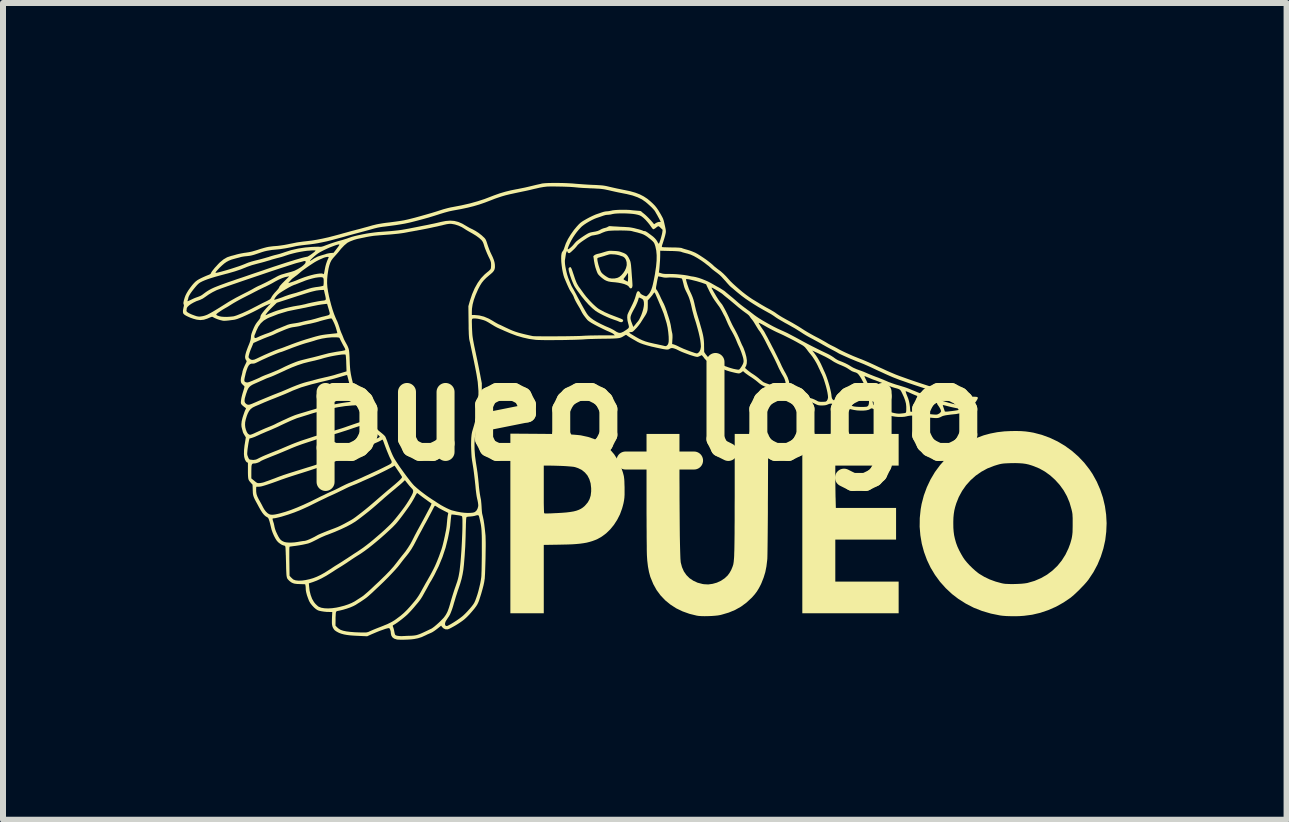
<source format=kicad_pcb>
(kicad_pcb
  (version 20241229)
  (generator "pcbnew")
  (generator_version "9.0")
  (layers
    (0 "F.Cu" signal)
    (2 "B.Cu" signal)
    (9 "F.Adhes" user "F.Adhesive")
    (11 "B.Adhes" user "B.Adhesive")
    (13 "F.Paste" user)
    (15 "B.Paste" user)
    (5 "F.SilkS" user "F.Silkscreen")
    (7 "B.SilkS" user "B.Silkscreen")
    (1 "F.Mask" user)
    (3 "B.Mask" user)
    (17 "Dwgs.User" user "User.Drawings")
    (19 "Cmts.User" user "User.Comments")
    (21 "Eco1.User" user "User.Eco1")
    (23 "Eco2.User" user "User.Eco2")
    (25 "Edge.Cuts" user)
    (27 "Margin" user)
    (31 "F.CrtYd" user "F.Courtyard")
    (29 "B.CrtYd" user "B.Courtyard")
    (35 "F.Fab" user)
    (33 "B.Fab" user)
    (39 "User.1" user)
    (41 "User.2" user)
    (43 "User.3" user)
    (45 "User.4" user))
  (footprint "pueo_logo"
    (layer "F.Cu")
    (at 7.699 3.806)
    (property "Reference" "pueo_logo" (at 0 0 0) (layer "F.SilkS") (effects (font (size 1.5 1.5) (thickness 0.3))))
    (attr board_only exclude_from_pos_files exclude_from_bom)
    (fp_poly (pts (xy 4.232 0.642) (xy 4.232 0.906) (xy 3.704 0.906) (xy 3.176 0.906) (xy 3.176 1.093) (xy 3.176 1.156) (xy 3.177 1.226) (xy 3.178 1.298) (xy 3.179 1.367) (xy 3.18 1.429) (xy 3.181 1.447) (xy 3.185 1.612) (xy 3.687 1.612) (xy 4.189 1.612) (xy 4.189 1.876) (xy 4.189 2.14) (xy 3.683 2.14) (xy 3.176 2.14) (xy 3.176 2.49) (xy 3.176 2.84) (xy 3.704 2.84) (xy 4.232 2.84) (xy 4.232 3.104) (xy 4.232 3.368) (xy 3.429 3.368) (xy 2.626 3.368) (xy 2.626 1.873) (xy 2.626 0.378) (xy 3.429 0.378) (xy 4.232 0.378)) (stroke (width 0) (type solid)) (fill yes) (layer "F.SilkS"))
    (fp_poly (pts (xy -1.235 -2.4) (xy -1.228 -2.39) (xy -1.219 -2.372) (xy -1.209 -2.345) (xy -1.196 -2.306) (xy -1.181 -2.262) (xy -1.164 -2.21) (xy -1.148 -2.168) (xy -1.134 -2.135) (xy -1.118 -2.106) (xy -1.101 -2.078) (xy -1.087 -2.058) (xy -1.071 -2.037) (xy -1.051 -2.009) (xy -1.028 -1.977) (xy -1.009 -1.951) (xy -0.979 -1.912) (xy -0.943 -1.871) (xy -0.904 -1.829) (xy -0.865 -1.789) (xy -0.826 -1.753) (xy -0.792 -1.724) (xy -0.763 -1.703) (xy -0.759 -1.701) (xy -0.674 -1.655) (xy -0.581 -1.614) (xy -0.503 -1.584) (xy -0.45 -1.564) (xy -0.409 -1.548) (xy -0.38 -1.535) (xy -0.364 -1.524) (xy -0.362 -1.522) (xy -0.361 -1.511) (xy -0.365 -1.5) (xy -0.376 -1.488) (xy -0.395 -1.484) (xy -0.42 -1.49) (xy -0.428 -1.494) (xy -0.442 -1.5) (xy -0.466 -1.51) (xy -0.496 -1.52) (xy -0.525 -1.53) (xy -0.577 -1.549) (xy -0.633 -1.573) (xy -0.689 -1.599) (xy -0.742 -1.626) (xy -0.788 -1.652) (xy -0.822 -1.674) (xy -0.876 -1.719) (xy -0.934 -1.775) (xy -0.995 -1.843) (xy -1.059 -1.922) (xy -1.124 -2.01) (xy -1.133 -2.023) (xy -1.157 -2.058) (xy -1.176 -2.09) (xy -1.192 -2.124) (xy -1.209 -2.164) (xy -1.221 -2.194) (xy -1.235 -2.234) (xy -1.248 -2.273) (xy -1.258 -2.308) (xy -1.265 -2.334) (xy -1.266 -2.339) (xy -1.27 -2.364) (xy -1.27 -2.379) (xy -1.267 -2.388) (xy -1.26 -2.395) (xy -1.25 -2.401) (xy -1.242 -2.403)) (stroke (width 0) (type solid)) (fill yes) (layer "F.SilkS"))
    (fp_poly (pts (xy -1.825 0.376) (xy -1.697 0.377) (xy -1.583 0.378) (xy -1.481 0.38) (xy -1.392 0.382) (xy -1.313 0.384) (xy -1.245 0.387) (xy -1.187 0.39) (xy -1.138 0.394) (xy -1.097 0.398) (xy -1.063 0.402) (xy -1.06 0.403) (xy -0.945 0.428) (xy -0.84 0.464) (xy -0.744 0.511) (xy -0.656 0.57) (xy -0.579 0.638) (xy -0.511 0.717) (xy -0.453 0.807) (xy -0.404 0.907) (xy -0.366 1.017) (xy -0.36 1.039) (xy -0.353 1.065) (xy -0.348 1.088) (xy -0.345 1.112) (xy -0.342 1.139) (xy -0.34 1.173) (xy -0.339 1.216) (xy -0.337 1.263) (xy -0.337 1.332) (xy -0.337 1.391) (xy -0.34 1.442) (xy -0.346 1.488) (xy -0.355 1.534) (xy -0.367 1.581) (xy -0.379 1.623) (xy -0.414 1.719) (xy -0.46 1.809) (xy -0.514 1.893) (xy -0.576 1.969) (xy -0.644 2.035) (xy -0.718 2.09) (xy -0.796 2.134) (xy -0.828 2.147) (xy -0.874 2.164) (xy -0.921 2.178) (xy -0.968 2.19) (xy -1.019 2.199) (xy -1.076 2.207) (xy -1.139 2.213) (xy -1.21 2.218) (xy -1.292 2.221) (xy -1.386 2.223) (xy -1.426 2.224) (xy -1.684 2.228) (xy -1.684 2.798) (xy -1.684 3.368) (xy -1.963 3.368) (xy -2.241 3.368) (xy -2.241 1.87) (xy -2.241 1.302) (xy -1.684 1.302) (xy -1.684 1.39) (xy -1.684 1.466) (xy -1.684 1.529) (xy -1.683 1.581) (xy -1.682 1.622) (xy -1.681 1.653) (xy -1.68 1.676) (xy -1.679 1.691) (xy -1.677 1.699) (xy -1.675 1.7) (xy -1.669 1.702) (xy -1.659 1.704) (xy -1.645 1.704) (xy -1.624 1.704) (xy -1.595 1.703) (xy -1.556 1.702) (xy -1.505 1.699) (xy -1.474 1.698) (xy -1.385 1.693) (xy -1.308 1.687) (xy -1.243 1.679) (xy -1.188 1.67) (xy -1.141 1.658) (xy -1.1 1.643) (xy -1.065 1.626) (xy -1.033 1.605) (xy -1.003 1.58) (xy -0.993 1.569) (xy -0.951 1.52) (xy -0.921 1.466) (xy -0.902 1.405) (xy -0.894 1.337) (xy -0.894 1.281) (xy -0.903 1.202) (xy -0.924 1.133) (xy -0.955 1.072) (xy -0.998 1.021) (xy -1.05 0.979) (xy -1.112 0.948) (xy -1.163 0.931) (xy -1.188 0.926) (xy -1.226 0.922) (xy -1.273 0.918) (xy -1.329 0.914) (xy -1.39 0.911) (xy -1.455 0.909) (xy -1.522 0.907) (xy -1.583 0.906) (xy -1.684 0.906) (xy -1.684 1.302) (xy -2.241 1.302) (xy -2.241 0.373)) (stroke (width 0) (type solid)) (fill yes) (layer "F.SilkS"))
    (fp_poly (pts (xy 0.578 1.108) (xy 0.579 1.273) (xy 0.579 1.43) (xy 0.58 1.579) (xy 0.581 1.719) (xy 0.582 1.849) (xy 0.583 1.969) (xy 0.584 2.079) (xy 0.586 2.178) (xy 0.588 2.266) (xy 0.59 2.342) (xy 0.592 2.405) (xy 0.594 2.456) (xy 0.597 2.493) (xy 0.599 2.517) (xy 0.599 2.518) (xy 0.62 2.598) (xy 0.651 2.669) (xy 0.693 2.73) (xy 0.746 2.783) (xy 0.809 2.825) (xy 0.88 2.858) (xy 0.961 2.879) (xy 0.985 2.883) (xy 1.057 2.887) (xy 1.13 2.877) (xy 1.202 2.857) (xy 1.271 2.825) (xy 1.332 2.784) (xy 1.381 2.738) (xy 1.412 2.696) (xy 1.44 2.647) (xy 1.462 2.594) (xy 1.474 2.558) (xy 1.477 2.543) (xy 1.48 2.525) (xy 1.483 2.503) (xy 1.485 2.477) (xy 1.488 2.445) (xy 1.49 2.408) (xy 1.491 2.365) (xy 1.493 2.314) (xy 1.494 2.256) (xy 1.495 2.189) (xy 1.496 2.113) (xy 1.497 2.028) (xy 1.497 1.932) (xy 1.498 1.824) (xy 1.498 1.705) (xy 1.498 1.574) (xy 1.499 1.429) (xy 1.499 1.325) (xy 1.499 0.378) (xy 1.778 0.378) (xy 2.057 0.378) (xy 2.053 1.386) (xy 2.052 1.538) (xy 2.052 1.681) (xy 2.051 1.813) (xy 2.05 1.935) (xy 2.049 2.046) (xy 2.048 2.145) (xy 2.047 2.232) (xy 2.046 2.307) (xy 2.045 2.37) (xy 2.044 2.419) (xy 2.043 2.455) (xy 2.041 2.478) (xy 2.041 2.479) (xy 2.028 2.586) (xy 2.009 2.682) (xy 1.981 2.773) (xy 1.946 2.862) (xy 1.935 2.887) (xy 1.902 2.95) (xy 1.869 3.004) (xy 1.832 3.053) (xy 1.788 3.103) (xy 1.781 3.11) (xy 1.696 3.189) (xy 1.604 3.257) (xy 1.506 3.312) (xy 1.4 3.356) (xy 1.285 3.39) (xy 1.257 3.397) (xy 1.217 3.404) (xy 1.168 3.409) (xy 1.113 3.413) (xy 1.056 3.415) (xy 0.999 3.416) (xy 0.945 3.415) (xy 0.9 3.412) (xy 0.867 3.407) (xy 0.745 3.377) (xy 0.63 3.336) (xy 0.524 3.285) (xy 0.428 3.223) (xy 0.341 3.152) (xy 0.264 3.071) (xy 0.197 2.981) (xy 0.142 2.882) (xy 0.098 2.775) (xy 0.092 2.76) (xy 0.07 2.679) (xy 0.053 2.589) (xy 0.041 2.488) (xy 0.036 2.412) (xy 0.035 2.389) (xy 0.034 2.353) (xy 0.033 2.305) (xy 0.033 2.246) (xy 0.032 2.176) (xy 0.031 2.096) (xy 0.031 2.009) (xy 0.03 1.913) (xy 0.03 1.812) (xy 0.029 1.704) (xy 0.029 1.593) (xy 0.029 1.478) (xy 0.029 1.36) (xy 0.029 1.332) (xy 0.029 0.378) (xy 0.303 0.378) (xy 0.578 0.378)) (stroke (width 0) (type solid)) (fill yes) (layer "F.SilkS"))
    (fp_poly (pts (xy -0.535 -2.674) (xy -0.519 -2.673) (xy -0.481 -2.671) (xy -0.452 -2.668) (xy -0.427 -2.664) (xy -0.403 -2.657) (xy -0.373 -2.646) (xy -0.358 -2.641) (xy -0.328 -2.627) (xy -0.305 -2.611) (xy -0.286 -2.589) (xy -0.267 -2.558) (xy -0.26 -2.543) (xy -0.247 -2.516) (xy -0.239 -2.492) (xy -0.234 -2.466) (xy -0.229 -2.432) (xy -0.228 -2.418) (xy -0.223 -2.361) (xy -0.219 -2.304) (xy -0.215 -2.249) (xy -0.211 -2.2) (xy -0.208 -2.157) (xy -0.206 -2.123) (xy -0.205 -2.099) (xy -0.205 -2.092) (xy -0.21 -2.067) (xy -0.22 -2.052) (xy -0.235 -2.048) (xy -0.247 -2.053) (xy -0.256 -2.063) (xy -0.264 -2.075) (xy -0.279 -2.091) (xy -0.306 -2.106) (xy -0.344 -2.121) (xy -0.389 -2.133) (xy -0.441 -2.143) (xy -0.496 -2.15) (xy -0.51 -2.151) (xy -0.564 -2.156) (xy -0.608 -2.164) (xy -0.645 -2.177) (xy -0.68 -2.196) (xy -0.684 -2.2) (xy -0.353 -2.2) (xy -0.351 -2.196) (xy -0.34 -2.189) (xy -0.322 -2.179) (xy -0.303 -2.169) (xy -0.287 -2.163) (xy -0.284 -2.162) (xy -0.281 -2.169) (xy -0.28 -2.186) (xy -0.279 -2.212) (xy -0.278 -2.233) (xy -0.279 -2.263) (xy -0.279 -2.287) (xy -0.28 -2.301) (xy -0.281 -2.305) (xy -0.287 -2.299) (xy -0.296 -2.285) (xy -0.301 -2.278) (xy -0.317 -2.255) (xy -0.335 -2.231) (xy -0.338 -2.228) (xy -0.351 -2.211) (xy -0.353 -2.2) (xy -0.684 -2.2) (xy -0.715 -2.223) (xy -0.746 -2.25) (xy -0.764 -2.268) (xy -0.778 -2.284) (xy -0.789 -2.303) (xy -0.799 -2.327) (xy -0.81 -2.358) (xy -0.824 -2.401) (xy -0.836 -2.451) (xy -0.845 -2.498) (xy -0.847 -2.508) (xy -0.85 -2.535) (xy -0.791 -2.535) (xy -0.788 -2.508) (xy -0.781 -2.475) (xy -0.772 -2.438) (xy -0.76 -2.401) (xy -0.748 -2.365) (xy -0.736 -2.336) (xy -0.724 -2.315) (xy -0.723 -2.314) (xy -0.705 -2.294) (xy -0.679 -2.272) (xy -0.649 -2.251) (xy -0.62 -2.233) (xy -0.596 -2.221) (xy -0.592 -2.22) (xy -0.55 -2.213) (xy -0.503 -2.214) (xy -0.459 -2.223) (xy -0.459 -2.223) (xy -0.425 -2.239) (xy -0.391 -2.267) (xy -0.36 -2.303) (xy -0.333 -2.344) (xy -0.313 -2.388) (xy -0.302 -2.431) (xy -0.301 -2.441) (xy -0.303 -2.485) (xy -0.314 -2.524) (xy -0.333 -2.555) (xy -0.359 -2.576) (xy -0.373 -2.582) (xy -0.395 -2.589) (xy -0.42 -2.598) (xy -0.426 -2.6) (xy -0.447 -2.605) (xy -0.476 -2.611) (xy -0.509 -2.615) (xy -0.518 -2.615) (xy -0.55 -2.617) (xy -0.574 -2.617) (xy -0.596 -2.614) (xy -0.622 -2.606) (xy -0.646 -2.599) (xy -0.679 -2.588) (xy -0.713 -2.578) (xy -0.741 -2.57) (xy -0.748 -2.568) (xy -0.77 -2.562) (xy -0.785 -2.555) (xy -0.79 -2.551) (xy -0.791 -2.535) (xy -0.85 -2.535) (xy -0.858 -2.586) (xy -0.839 -2.602) (xy -0.822 -2.612) (xy -0.797 -2.621) (xy -0.78 -2.625) (xy -0.754 -2.631) (xy -0.721 -2.64) (xy -0.685 -2.651) (xy -0.669 -2.656) (xy -0.638 -2.665) (xy -0.613 -2.671) (xy -0.591 -2.675) (xy -0.567 -2.675)) (stroke (width 0) (type solid)) (fill yes) (layer "F.SilkS"))
    (fp_poly (pts (xy 6.277 0.331) (xy 6.352 0.337) (xy 6.423 0.347) (xy 6.48 0.357) (xy 6.618 0.393) (xy 6.752 0.442) (xy 6.881 0.503) (xy 7.004 0.576) (xy 7.12 0.66) (xy 7.228 0.755) (xy 7.326 0.858) (xy 7.414 0.971) (xy 7.463 1.044) (xy 7.534 1.172) (xy 7.592 1.305) (xy 7.638 1.442) (xy 7.671 1.582) (xy 7.691 1.723) (xy 7.699 1.866) (xy 7.693 2.008) (xy 7.676 2.149) (xy 7.645 2.288) (xy 7.602 2.424) (xy 7.547 2.556) (xy 7.479 2.683) (xy 7.399 2.803) (xy 7.395 2.809) (xy 7.367 2.844) (xy 7.33 2.886) (xy 7.287 2.931) (xy 7.242 2.978) (xy 7.196 3.022) (xy 7.152 3.063) (xy 7.113 3.096) (xy 7.096 3.11) (xy 6.979 3.189) (xy 6.856 3.258) (xy 6.726 3.315) (xy 6.593 3.36) (xy 6.457 3.392) (xy 6.32 3.41) (xy 6.317 3.41) (xy 6.247 3.415) (xy 6.173 3.417) (xy 6.098 3.416) (xy 6.028 3.414) (xy 5.964 3.409) (xy 5.924 3.404) (xy 5.771 3.373) (xy 5.624 3.33) (xy 5.484 3.275) (xy 5.352 3.207) (xy 5.226 3.127) (xy 5.123 3.048) (xy 5.018 2.95) (xy 4.922 2.843) (xy 4.838 2.728) (xy 4.765 2.607) (xy 4.704 2.479) (xy 4.655 2.346) (xy 4.618 2.209) (xy 4.594 2.068) (xy 4.582 1.925) (xy 4.583 1.869) (xy 5.143 1.869) (xy 5.144 1.944) (xy 5.149 2.009) (xy 5.157 2.068) (xy 5.17 2.126) (xy 5.187 2.187) (xy 5.193 2.205) (xy 5.213 2.259) (xy 5.241 2.319) (xy 5.273 2.379) (xy 5.306 2.435) (xy 5.334 2.476) (xy 5.371 2.521) (xy 5.415 2.569) (xy 5.463 2.616) (xy 5.513 2.661) (xy 5.559 2.698) (xy 5.576 2.71) (xy 5.659 2.76) (xy 5.751 2.804) (xy 5.85 2.84) (xy 5.95 2.867) (xy 5.974 2.872) (xy 6.009 2.877) (xy 6.055 2.879) (xy 6.109 2.881) (xy 6.167 2.88) (xy 6.225 2.878) (xy 6.281 2.875) (xy 6.33 2.87) (xy 6.37 2.864) (xy 6.38 2.862) (xy 6.497 2.828) (xy 6.606 2.781) (xy 6.706 2.724) (xy 6.797 2.655) (xy 6.879 2.577) (xy 6.951 2.488) (xy 7.013 2.39) (xy 7.064 2.283) (xy 7.093 2.204) (xy 7.105 2.163) (xy 7.115 2.126) (xy 7.122 2.091) (xy 7.127 2.055) (xy 7.131 2.015) (xy 7.132 1.967) (xy 7.133 1.91) (xy 7.133 1.876) (xy 7.133 1.823) (xy 7.133 1.781) (xy 7.131 1.748) (xy 7.13 1.721) (xy 7.127 1.697) (xy 7.123 1.674) (xy 7.117 1.649) (xy 7.114 1.636) (xy 7.081 1.521) (xy 7.037 1.416) (xy 6.982 1.318) (xy 6.916 1.227) (xy 6.841 1.144) (xy 6.758 1.069) (xy 6.671 1.006) (xy 6.578 0.954) (xy 6.475 0.912) (xy 6.449 0.903) (xy 6.4 0.888) (xy 6.351 0.877) (xy 6.299 0.87) (xy 6.241 0.866) (xy 6.175 0.864) (xy 6.1 0.865) (xy 6.048 0.867) (xy 6.006 0.869) (xy 5.972 0.872) (xy 5.94 0.877) (xy 5.909 0.884) (xy 5.874 0.894) (xy 5.832 0.907) (xy 5.82 0.911) (xy 5.712 0.953) (xy 5.611 1.008) (xy 5.516 1.074) (xy 5.431 1.15) (xy 5.355 1.235) (xy 5.289 1.329) (xy 5.234 1.431) (xy 5.193 1.534) (xy 5.174 1.596) (xy 5.16 1.654) (xy 5.151 1.712) (xy 5.145 1.774) (xy 5.143 1.844) (xy 5.143 1.869) (xy 4.583 1.869) (xy 4.584 1.78) (xy 4.599 1.635) (xy 4.615 1.545) (xy 4.652 1.403) (xy 4.702 1.267) (xy 4.764 1.136) (xy 4.837 1.013) (xy 4.922 0.898) (xy 5.017 0.791) (xy 5.123 0.693) (xy 5.237 0.606) (xy 5.361 0.529) (xy 5.428 0.494) (xy 5.54 0.442) (xy 5.65 0.401) (xy 5.761 0.371) (xy 5.875 0.349) (xy 5.996 0.335) (xy 6.103 0.33) (xy 6.195 0.329)) (stroke (width 0) (type solid)) (fill yes) (layer "F.SilkS"))
    (fp_poly (pts (xy -1.43 -3.806) (xy -1.368 -3.805) (xy -1.307 -3.803) (xy -1.249 -3.8) (xy -1.198 -3.797) (xy -1.156 -3.793) (xy -1.116 -3.79) (xy -1.065 -3.786) (xy -1.008 -3.782) (xy -0.948 -3.778) (xy -0.889 -3.775) (xy -0.868 -3.774) (xy -0.812 -3.772) (xy -0.767 -3.769) (xy -0.731 -3.767) (xy -0.7 -3.764) (xy -0.673 -3.76) (xy -0.645 -3.755) (xy -0.614 -3.748) (xy -0.577 -3.739) (xy -0.572 -3.738) (xy -0.52 -3.726) (xy -0.461 -3.713) (xy -0.402 -3.701) (xy -0.349 -3.69) (xy -0.337 -3.688) (xy -0.242 -3.668) (xy -0.158 -3.644) (xy -0.084 -3.616) (xy -0.018 -3.582) (xy 0.043 -3.542) (xy 0.095 -3.499) (xy 0.136 -3.461) (xy 0.17 -3.426) (xy 0.198 -3.391) (xy 0.225 -3.352) (xy 0.254 -3.304) (xy 0.263 -3.289) (xy 0.28 -3.258) (xy 0.293 -3.234) (xy 0.303 -3.214) (xy 0.31 -3.194) (xy 0.317 -3.172) (xy 0.324 -3.142) (xy 0.333 -3.103) (xy 0.336 -3.091) (xy 0.344 -3.054) (xy 0.349 -3.027) (xy 0.351 -3.007) (xy 0.351 -2.99) (xy 0.349 -2.972) (xy 0.345 -2.955) (xy 0.339 -2.928) (xy 0.329 -2.893) (xy 0.317 -2.854) (xy 0.307 -2.823) (xy 0.296 -2.789) (xy 0.288 -2.765) (xy 0.285 -2.75) (xy 0.285 -2.742) (xy 0.288 -2.738) (xy 0.294 -2.737) (xy 0.295 -2.736) (xy 0.307 -2.735) (xy 0.33 -2.734) (xy 0.363 -2.733) (xy 0.403 -2.732) (xy 0.448 -2.731) (xy 0.457 -2.731) (xy 0.516 -2.73) (xy 0.562 -2.728) (xy 0.594 -2.725) (xy 0.614 -2.722) (xy 0.619 -2.72) (xy 0.633 -2.714) (xy 0.656 -2.707) (xy 0.686 -2.698) (xy 0.705 -2.693) (xy 0.745 -2.681) (xy 0.789 -2.665) (xy 0.829 -2.648) (xy 0.839 -2.644) (xy 0.878 -2.623) (xy 0.923 -2.595) (xy 0.973 -2.562) (xy 1.023 -2.528) (xy 1.069 -2.493) (xy 1.109 -2.461) (xy 1.131 -2.442) (xy 1.157 -2.417) (xy 1.187 -2.393) (xy 1.212 -2.373) (xy 1.213 -2.372) (xy 1.265 -2.334) (xy 1.31 -2.294) (xy 1.354 -2.25) (xy 1.39 -2.21) (xy 1.426 -2.17) (xy 1.471 -2.126) (xy 1.523 -2.079) (xy 1.578 -2.031) (xy 1.634 -1.984) (xy 1.69 -1.941) (xy 1.742 -1.903) (xy 1.788 -1.872) (xy 1.809 -1.859) (xy 1.831 -1.846) (xy 1.86 -1.828) (xy 1.892 -1.809) (xy 1.909 -1.798) (xy 1.942 -1.778) (xy 1.983 -1.754) (xy 2.025 -1.73) (xy 2.055 -1.714) (xy 2.09 -1.695) (xy 2.124 -1.675) (xy 2.153 -1.658) (xy 2.173 -1.645) (xy 2.205 -1.622) (xy 2.235 -1.602) (xy 2.265 -1.583) (xy 2.297 -1.564) (xy 2.336 -1.542) (xy 2.383 -1.516) (xy 2.409 -1.502) (xy 2.456 -1.476) (xy 2.507 -1.446) (xy 2.556 -1.417) (xy 2.601 -1.389) (xy 2.63 -1.37) (xy 2.668 -1.346) (xy 2.714 -1.318) (xy 2.765 -1.289) (xy 2.815 -1.261) (xy 2.851 -1.242) (xy 2.894 -1.22) (xy 2.936 -1.197) (xy 2.975 -1.175) (xy 3.007 -1.157) (xy 3.029 -1.144) (xy 3.06 -1.125) (xy 3.095 -1.106) (xy 3.125 -1.091) (xy 3.126 -1.09) (xy 3.156 -1.076) (xy 3.19 -1.058) (xy 3.223 -1.04) (xy 3.226 -1.038) (xy 3.261 -1.019) (xy 3.306 -0.997) (xy 3.359 -0.972) (xy 3.417 -0.946) (xy 3.478 -0.919) (xy 3.538 -0.895) (xy 3.595 -0.872) (xy 3.597 -0.872) (xy 3.632 -0.858) (xy 3.677 -0.839) (xy 3.728 -0.817) (xy 3.781 -0.793) (xy 3.833 -0.769) (xy 3.854 -0.759) (xy 3.907 -0.734) (xy 3.965 -0.708) (xy 4.023 -0.681) (xy 4.077 -0.657) (xy 4.124 -0.637) (xy 4.136 -0.632) (xy 4.183 -0.612) (xy 4.243 -0.589) (xy 4.313 -0.564) (xy 4.391 -0.536) (xy 4.475 -0.507) (xy 4.564 -0.477) (xy 4.656 -0.447) (xy 4.749 -0.417) (xy 4.841 -0.388) (xy 4.931 -0.361) (xy 4.991 -0.343) (xy 5.046 -0.327) (xy 5.097 -0.311) (xy 5.143 -0.297) (xy 5.182 -0.285) (xy 5.212 -0.276) (xy 5.231 -0.269) (xy 5.236 -0.268) (xy 5.256 -0.262) (xy 5.288 -0.256) (xy 5.328 -0.251) (xy 5.372 -0.247) (xy 5.418 -0.244) (xy 5.462 -0.243) (xy 5.472 -0.243) (xy 5.507 -0.242) (xy 5.531 -0.24) (xy 5.545 -0.236) (xy 5.551 -0.228) (xy 5.552 -0.221) (xy 5.548 -0.207) (xy 5.536 -0.185) (xy 5.519 -0.159) (xy 5.499 -0.132) (xy 5.478 -0.108) (xy 5.464 -0.094) (xy 5.439 -0.074) (xy 5.412 -0.056) (xy 5.387 -0.042) (xy 5.368 -0.036) (xy 5.365 -0.036) (xy 5.355 -0.031) (xy 5.339 -0.019) (xy 5.326 -0.008) (xy 5.303 0.011) (xy 5.274 0.026) (xy 5.238 0.037) (xy 5.191 0.046) (xy 5.153 0.05) (xy 5.097 0.056) (xy 5.052 0.062) (xy 5.017 0.067) (xy 4.99 0.073) (xy 4.967 0.079) (xy 4.948 0.088) (xy 4.928 0.098) (xy 4.925 0.1) (xy 4.892 0.111) (xy 4.864 0.114) (xy 4.834 0.113) (xy 4.794 0.11) (xy 4.748 0.106) (xy 4.699 0.101) (xy 4.652 0.095) (xy 4.611 0.089) (xy 4.578 0.084) (xy 4.571 0.082) (xy 4.524 0.075) (xy 4.475 0.072) (xy 4.427 0.073) (xy 4.386 0.079) (xy 4.371 0.083) (xy 4.332 0.091) (xy 4.283 0.095) (xy 4.229 0.095) (xy 4.175 0.09) (xy 4.125 0.082) (xy 4.114 0.079) (xy 4.079 0.069) (xy 4.034 0.053) (xy 3.983 0.034) (xy 3.929 0.012) (xy 3.875 -0.01) (xy 3.827 -0.032) (xy 3.802 -0.043) (xy 3.786 -0.048) (xy 3.774 -0.048) (xy 3.762 -0.041) (xy 3.754 -0.035) (xy 3.727 -0.023) (xy 3.689 -0.015) (xy 3.643 -0.011) (xy 3.592 -0.011) (xy 3.538 -0.014) (xy 3.485 -0.022) (xy 3.435 -0.033) (xy 3.39 -0.047) (xy 3.368 -0.057) (xy 3.351 -0.064) (xy 3.324 -0.072) (xy 3.291 -0.081) (xy 3.261 -0.089) (xy 3.225 -0.097) (xy 3.191 -0.106) (xy 3.162 -0.113) (xy 3.146 -0.118) (xy 3.118 -0.126) (xy 3.096 -0.127) (xy 3.074 -0.123) (xy 3.05 -0.113) (xy 3.026 -0.104) (xy 3 -0.099) (xy 2.966 -0.097) (xy 2.955 -0.097) (xy 2.927 -0.097) (xy 2.905 -0.099) (xy 2.886 -0.103) (xy 2.865 -0.111) (xy 2.837 -0.125) (xy 2.826 -0.13) (xy 2.795 -0.144) (xy 2.764 -0.157) (xy 2.74 -0.165) (xy 2.73 -0.168) (xy 2.71 -0.173) (xy 2.683 -0.184) (xy 2.654 -0.199) (xy 2.644 -0.204) (xy 2.609 -0.223) (xy 2.569 -0.244) (xy 2.531 -0.262) (xy 2.527 -0.264) (xy 2.495 -0.281) (xy 2.463 -0.3) (xy 2.437 -0.317) (xy 2.432 -0.321) (xy 2.407 -0.339) (xy 2.389 -0.348) (xy 2.374 -0.347) (xy 2.359 -0.339) (xy 2.341 -0.33) (xy 2.315 -0.327) (xy 2.28 -0.33) (xy 2.236 -0.338) (xy 2.181 -0.353) (xy 2.129 -0.368) (xy 2.074 -0.386) (xy 2.029 -0.401) (xy 1.994 -0.415) (xy 1.965 -0.429) (xy 1.94 -0.443) (xy 1.917 -0.459) (xy 1.893 -0.479) (xy 1.88 -0.49) (xy 1.848 -0.516) (xy 1.811 -0.543) (xy 1.776 -0.567) (xy 1.768 -0.572) (xy 1.737 -0.592) (xy 1.706 -0.614) (xy 1.68 -0.633) (xy 1.673 -0.638) (xy 1.638 -0.669) (xy 1.616 -0.652) (xy 1.597 -0.64) (xy 1.578 -0.632) (xy 1.576 -0.631) (xy 1.561 -0.631) (xy 1.535 -0.635) (xy 1.502 -0.642) (xy 1.464 -0.651) (xy 1.425 -0.661) (xy 1.388 -0.672) (xy 1.355 -0.683) (xy 1.339 -0.689) (xy 1.313 -0.7) (xy 1.278 -0.713) (xy 1.242 -0.726) (xy 1.224 -0.733) (xy 1.152 -0.761) (xy 1.092 -0.794) (xy 1.041 -0.832) (xy 0.998 -0.876) (xy 0.986 -0.893) (xy 0.97 -0.913) (xy 0.957 -0.928) (xy 0.95 -0.935) (xy 0.95 -0.935) (xy 0.941 -0.932) (xy 0.925 -0.924) (xy 0.917 -0.92) (xy 0.896 -0.911) (xy 0.876 -0.906) (xy 0.872 -0.906) (xy 0.854 -0.909) (xy 0.826 -0.916) (xy 0.79 -0.927) (xy 0.748 -0.94) (xy 0.705 -0.956) (xy 0.662 -0.972) (xy 0.621 -0.988) (xy 0.587 -1.003) (xy 0.567 -1.013) (xy 0.522 -1.035) (xy 0.486 -1.048) (xy 0.458 -1.054) (xy 0.436 -1.052) (xy 0.418 -1.043) (xy 0.417 -1.043) (xy 0.406 -1.036) (xy 0.394 -1.031) (xy 0.379 -1.029) (xy 0.358 -1.029) (xy 0.33 -1.033) (xy 0.294 -1.039) (xy 0.247 -1.049) (xy 0.198 -1.059) (xy 0.109 -1.079) (xy 0.034 -1.099) (xy -0.028 -1.118) (xy -0.078 -1.136) (xy -0.117 -1.155) (xy -0.118 -1.155) (xy -0.166 -1.183) (xy -0.21 -1.208) (xy -0.247 -1.23) (xy -0.275 -1.248) (xy -0.293 -1.261) (xy -0.297 -1.264) (xy -0.306 -1.271) (xy -0.314 -1.274) (xy -0.325 -1.269) (xy -0.343 -1.258) (xy -0.347 -1.256) (xy -0.365 -1.245) (xy -0.383 -1.235) (xy -0.4 -1.228) (xy -0.42 -1.222) (xy -0.444 -1.218) (xy -0.473 -1.215) (xy -0.509 -1.213) (xy -0.555 -1.211) (xy -0.611 -1.21) (xy -0.679 -1.209) (xy -0.694 -1.209) (xy -0.756 -1.208) (xy -0.815 -1.207) (xy -0.872 -1.205) (xy -0.922 -1.204) (xy -0.964 -1.202) (xy -0.995 -1.2) (xy -1.007 -1.199) (xy -1.036 -1.197) (xy -1.076 -1.195) (xy -1.127 -1.193) (xy -1.185 -1.191) (xy -1.249 -1.19) (xy -1.318 -1.188) (xy -1.389 -1.187) (xy -1.461 -1.187) (xy -1.531 -1.186) (xy -1.598 -1.186) (xy -1.66 -1.186) (xy -1.716 -1.187) (xy -1.762 -1.188) (xy -1.799 -1.189) (xy -1.822 -1.191) (xy -1.823 -1.191) (xy -1.929 -1.206) (xy -2.032 -1.229) (xy -2.135 -1.259) (xy -2.242 -1.299) (xy -2.343 -1.342) (xy -2.378 -1.358) (xy -2.411 -1.372) (xy -2.439 -1.385) (xy -2.455 -1.392) (xy -2.474 -1.402) (xy -2.502 -1.417) (xy -2.533 -1.436) (xy -2.56 -1.452) (xy -2.6 -1.477) (xy -2.632 -1.495) (xy -2.66 -1.509) (xy -2.688 -1.519) (xy -2.72 -1.528) (xy -2.744 -1.534) (xy -2.787 -1.543) (xy -2.825 -1.547) (xy -2.855 -1.547) (xy -2.874 -1.542) (xy -2.875 -1.542) (xy -2.879 -1.537) (xy -2.881 -1.528) (xy -2.883 -1.512) (xy -2.883 -1.487) (xy -2.882 -1.451) (xy -2.881 -1.403) (xy -2.881 -1.401) (xy -2.879 -1.358) (xy -2.877 -1.321) (xy -2.875 -1.287) (xy -2.872 -1.254) (xy -2.867 -1.22) (xy -2.861 -1.183) (xy -2.853 -1.14) (xy -2.843 -1.089) (xy -2.83 -1.028) (xy -2.82 -0.981) (xy -2.807 -0.92) (xy -2.792 -0.849) (xy -2.777 -0.776) (xy -2.763 -0.706) (xy -2.751 -0.643) (xy -2.75 -0.639) (xy -2.717 -0.467) (xy -2.717 -0.296) (xy -2.718 -0.243) (xy -2.719 -0.189) (xy -2.72 -0.138) (xy -2.722 -0.094) (xy -2.725 -0.06) (xy -2.726 -0.049) (xy -2.734 0.012) (xy -2.747 0.08) (xy -2.762 0.15) (xy -2.78 0.217) (xy -2.798 0.275) (xy -2.819 0.35) (xy -2.832 0.437) (xy -2.839 0.533) (xy -2.838 0.635) (xy -2.83 0.744) (xy -2.815 0.856) (xy -2.812 0.874) (xy -2.8 0.949) (xy -2.788 1.03) (xy -2.778 1.117) (xy -2.768 1.216) (xy -2.766 1.245) (xy -2.761 1.291) (xy -2.755 1.337) (xy -2.749 1.379) (xy -2.743 1.414) (xy -2.74 1.431) (xy -2.73 1.481) (xy -2.724 1.545) (xy -2.721 1.587) (xy -2.719 1.627) (xy -2.716 1.664) (xy -2.713 1.695) (xy -2.709 1.717) (xy -2.708 1.719) (xy -2.698 1.761) (xy -2.687 1.814) (xy -2.677 1.877) (xy -2.668 1.948) (xy -2.66 2.024) (xy -2.655 2.073) (xy -2.654 2.101) (xy -2.653 2.142) (xy -2.652 2.192) (xy -2.652 2.251) (xy -2.653 2.315) (xy -2.654 2.383) (xy -2.655 2.453) (xy -2.657 2.523) (xy -2.659 2.589) (xy -2.661 2.652) (xy -2.663 2.707) (xy -2.666 2.754) (xy -2.668 2.79) (xy -2.67 2.8) (xy -2.677 2.848) (xy -2.689 2.904) (xy -2.706 2.969) (xy -2.728 3.046) (xy -2.749 3.112) (xy -2.764 3.159) (xy -2.779 3.195) (xy -2.795 3.226) (xy -2.812 3.252) (xy -2.844 3.295) (xy -2.883 3.341) (xy -2.924 3.388) (xy -2.965 3.43) (xy -3.002 3.464) (xy -3.008 3.469) (xy -3.036 3.491) (xy -3.07 3.515) (xy -3.109 3.541) (xy -3.149 3.566) (xy -3.189 3.589) (xy -3.226 3.609) (xy -3.257 3.625) (xy -3.28 3.634) (xy -3.287 3.636) (xy -3.323 3.635) (xy -3.355 3.62) (xy -3.38 3.596) (xy -3.395 3.574) (xy -3.462 3.628) (xy -3.501 3.657) (xy -3.536 3.68) (xy -3.565 3.695) (xy -3.568 3.696) (xy -3.594 3.707) (xy -3.626 3.721) (xy -3.658 3.737) (xy -3.661 3.738) (xy -3.72 3.765) (xy -3.78 3.784) (xy -3.845 3.797) (xy -3.897 3.803) (xy -3.947 3.806) (xy -3.998 3.808) (xy -4.047 3.809) (xy -4.09 3.808) (xy -4.124 3.806) (xy -4.139 3.803) (xy -4.179 3.79) (xy -4.208 3.768) (xy -4.226 3.738) (xy -4.233 3.704) (xy -4.236 3.671) (xy -4.244 3.642) (xy -4.255 3.621) (xy -4.262 3.615) (xy -4.273 3.615) (xy -4.296 3.62) (xy -4.328 3.629) (xy -4.367 3.643) (xy -4.413 3.659) (xy -4.463 3.679) (xy -4.515 3.701) (xy -4.553 3.717) (xy -4.628 3.751) (xy -4.763 3.745) (xy -4.843 3.741) (xy -4.911 3.736) (xy -4.968 3.729) (xy -5.016 3.72) (xy -5.057 3.709) (xy -5.093 3.696) (xy -5.112 3.687) (xy -5.146 3.668) (xy -5.169 3.651) (xy -5.184 3.633) (xy -5.184 3.633) (xy -5.198 3.61) (xy -5.207 3.588) (xy -5.21 3.574) (xy -5.156 3.574) (xy -5.129 3.602) (xy -5.106 3.622) (xy -5.079 3.639) (xy -5.068 3.645) (xy -5.027 3.659) (xy -4.973 3.67) (xy -4.908 3.678) (xy -4.832 3.684) (xy -4.747 3.687) (xy -4.725 3.688) (xy -4.685 3.688) (xy -4.657 3.688) (xy -4.636 3.686) (xy -4.62 3.682) (xy -4.604 3.677) (xy -4.586 3.668) (xy -4.582 3.667) (xy -4.56 3.657) (xy -4.528 3.643) (xy -4.489 3.627) (xy -4.446 3.61) (xy -4.407 3.595) (xy -4.356 3.575) (xy -4.202 3.575) (xy -4.2 3.587) (xy -4.192 3.607) (xy -4.192 3.607) (xy -4.185 3.63) (xy -4.178 3.66) (xy -4.175 3.677) (xy -4.17 3.702) (xy -4.163 3.722) (xy -4.157 3.731) (xy -4.143 3.738) (xy -4.119 3.744) (xy -4.089 3.747) (xy -4.057 3.749) (xy -4.039 3.748) (xy -4.023 3.747) (xy -3.996 3.746) (xy -3.961 3.744) (xy -3.924 3.743) (xy -3.922 3.743) (xy -3.889 3.742) (xy -3.861 3.74) (xy -3.836 3.737) (xy -3.812 3.733) (xy -3.787 3.726) (xy -3.76 3.717) (xy -3.728 3.704) (xy -3.69 3.687) (xy -3.643 3.665) (xy -3.587 3.638) (xy -3.557 3.624) (xy -3.537 3.611) (xy -3.509 3.59) (xy -3.477 3.563) (xy -3.443 3.533) (xy -3.33 3.533) (xy -3.329 3.559) (xy -3.326 3.567) (xy -3.314 3.579) (xy -3.296 3.58) (xy -3.281 3.574) (xy -3.233 3.548) (xy -3.182 3.517) (xy -3.131 3.484) (xy -3.084 3.451) (xy -3.044 3.42) (xy -3.022 3.401) (xy -2.987 3.367) (xy -2.951 3.329) (xy -2.916 3.29) (xy -2.885 3.253) (xy -2.86 3.22) (xy -2.843 3.193) (xy -2.84 3.187) (xy -2.824 3.151) (xy -2.807 3.104) (xy -2.789 3.05) (xy -2.772 2.99) (xy -2.757 2.929) (xy -2.743 2.869) (xy -2.733 2.814) (xy -2.726 2.766) (xy -2.726 2.764) (xy -2.724 2.74) (xy -2.723 2.704) (xy -2.721 2.658) (xy -2.72 2.602) (xy -2.719 2.54) (xy -2.718 2.473) (xy -2.717 2.403) (xy -2.717 2.35) (xy -2.717 2.263) (xy -2.717 2.189) (xy -2.717 2.125) (xy -2.718 2.071) (xy -2.72 2.025) (xy -2.722 1.984) (xy -2.725 1.948) (xy -2.729 1.915) (xy -2.734 1.883) (xy -2.741 1.85) (xy -2.748 1.816) (xy -2.751 1.803) (xy -2.759 1.769) (xy -2.765 1.747) (xy -2.773 1.735) (xy -2.786 1.732) (xy -2.805 1.735) (xy -2.834 1.743) (xy -2.837 1.744) (xy -2.868 1.75) (xy -2.902 1.754) (xy -2.919 1.755) (xy -2.943 1.757) (xy -2.962 1.76) (xy -2.969 1.762) (xy -2.972 1.766) (xy -2.975 1.774) (xy -2.977 1.789) (xy -2.979 1.81) (xy -2.98 1.84) (xy -2.982 1.881) (xy -2.983 1.933) (xy -2.985 1.992) (xy -2.987 2.088) (xy -2.99 2.174) (xy -2.993 2.254) (xy -2.998 2.332) (xy -3.003 2.411) (xy -3.01 2.497) (xy -3.015 2.558) (xy -3.024 2.64) (xy -3.037 2.717) (xy -3.054 2.794) (xy -3.077 2.874) (xy -3.103 2.952) (xy -3.117 2.992) (xy -3.133 3.042) (xy -3.151 3.097) (xy -3.167 3.152) (xy -3.18 3.194) (xy -3.198 3.257) (xy -3.215 3.308) (xy -3.231 3.35) (xy -3.246 3.386) (xy -3.263 3.417) (xy -3.283 3.446) (xy -3.294 3.463) (xy -3.318 3.5) (xy -3.33 3.533) (xy -3.443 3.533) (xy -3.443 3.533) (xy -3.409 3.501) (xy -3.378 3.469) (xy -3.352 3.442) (xy -3.337 3.422) (xy -3.318 3.395) (xy -3.303 3.368) (xy -3.289 3.34) (xy -3.276 3.306) (xy -3.262 3.266) (xy -3.247 3.215) (xy -3.237 3.179) (xy -3.222 3.127) (xy -3.204 3.068) (xy -3.185 3.008) (xy -3.167 2.953) (xy -3.161 2.937) (xy -3.142 2.882) (xy -3.126 2.835) (xy -3.114 2.793) (xy -3.104 2.752) (xy -3.096 2.709) (xy -3.088 2.663) (xy -3.082 2.609) (xy -3.075 2.545) (xy -3.072 2.515) (xy -3.067 2.455) (xy -3.062 2.39) (xy -3.057 2.32) (xy -3.053 2.248) (xy -3.049 2.175) (xy -3.046 2.103) (xy -3.043 2.033) (xy -3.041 1.968) (xy -3.04 1.908) (xy -3.04 1.856) (xy -3.04 1.813) (xy -3.042 1.78) (xy -3.044 1.76) (xy -3.044 1.758) (xy -3.048 1.752) (xy -3.055 1.746) (xy -3.069 1.742) (xy -3.091 1.737) (xy -3.125 1.732) (xy -3.134 1.731) (xy -3.167 1.726) (xy -3.195 1.723) (xy -3.215 1.721) (xy -3.223 1.722) (xy -3.223 1.722) (xy -3.225 1.73) (xy -3.228 1.75) (xy -3.231 1.779) (xy -3.235 1.814) (xy -3.237 1.836) (xy -3.241 1.875) (xy -3.244 1.909) (xy -3.248 1.939) (xy -3.253 1.97) (xy -3.259 2.004) (xy -3.267 2.045) (xy -3.277 2.095) (xy -3.283 2.123) (xy -3.321 2.275) (xy -3.372 2.429) (xy -3.435 2.582) (xy -3.509 2.732) (xy -3.555 2.815) (xy -3.573 2.844) (xy -3.588 2.869) (xy -3.598 2.888) (xy -3.603 2.897) (xy -3.633 2.953) (xy -3.662 3.004) (xy -3.687 3.049) (xy -3.708 3.087) (xy -3.725 3.114) (xy -3.73 3.122) (xy -3.75 3.151) (xy -3.778 3.187) (xy -3.812 3.227) (xy -3.848 3.27) (xy -3.884 3.311) (xy -3.919 3.349) (xy -3.949 3.38) (xy -3.958 3.389) (xy -3.985 3.413) (xy -4.017 3.44) (xy -4.053 3.469) (xy -4.09 3.497) (xy -4.124 3.522) (xy -4.155 3.543) (xy -4.178 3.557) (xy -4.185 3.561) (xy -4.197 3.568) (xy -4.202 3.575) (xy -4.356 3.575) (xy -4.345 3.57) (xy -4.293 3.549) (xy -4.25 3.528) (xy -4.212 3.508) (xy -4.177 3.487) (xy -4.141 3.462) (xy -4.136 3.458) (xy -4.073 3.411) (xy -4.017 3.363) (xy -3.965 3.312) (xy -3.911 3.253) (xy -3.906 3.247) (xy -3.866 3.2) (xy -3.834 3.162) (xy -3.808 3.129) (xy -3.786 3.098) (xy -3.766 3.068) (xy -3.747 3.036) (xy -3.726 2.999) (xy -3.725 2.997) (xy -3.706 2.962) (xy -3.682 2.919) (xy -3.656 2.872) (xy -3.629 2.826) (xy -3.614 2.799) (xy -3.577 2.734) (xy -3.547 2.678) (xy -3.521 2.628) (xy -3.498 2.581) (xy -3.477 2.533) (xy -3.456 2.482) (xy -3.433 2.424) (xy -3.432 2.422) (xy -3.41 2.36) (xy -3.391 2.307) (xy -3.376 2.258) (xy -3.363 2.208) (xy -3.35 2.154) (xy -3.336 2.09) (xy -3.335 2.087) (xy -3.328 2.051) (xy -3.321 2.017) (xy -3.315 1.989) (xy -3.312 1.973) (xy -3.309 1.955) (xy -3.305 1.926) (xy -3.301 1.891) (xy -3.298 1.853) (xy -3.297 1.848) (xy -3.294 1.81) (xy -3.29 1.774) (xy -3.286 1.745) (xy -3.282 1.726) (xy -3.282 1.724) (xy -3.278 1.706) (xy -3.277 1.696) (xy -3.277 1.695) (xy -3.284 1.691) (xy -3.301 1.682) (xy -3.325 1.67) (xy -3.347 1.659) (xy -3.38 1.642) (xy -3.412 1.625) (xy -3.44 1.609) (xy -3.45 1.602) (xy -3.471 1.589) (xy -3.488 1.579) (xy -3.494 1.575) (xy -3.502 1.578) (xy -3.513 1.594) (xy -3.527 1.621) (xy -3.537 1.641) (xy -3.552 1.67) (xy -3.572 1.708) (xy -3.596 1.753) (xy -3.622 1.802) (xy -3.65 1.854) (xy -3.663 1.876) (xy -3.692 1.93) (xy -3.72 1.983) (xy -3.748 2.034) (xy -3.772 2.079) (xy -3.792 2.118) (xy -3.807 2.147) (xy -3.811 2.155) (xy -3.852 2.233) (xy -3.892 2.301) (xy -3.932 2.359) (xy -3.963 2.399) (xy -3.984 2.425) (xy -4.011 2.458) (xy -4.041 2.496) (xy -4.07 2.534) (xy -4.081 2.549) (xy -4.116 2.593) (xy -4.162 2.645) (xy -4.217 2.704) (xy -4.279 2.769) (xy -4.349 2.839) (xy -4.426 2.913) (xy -4.507 2.989) (xy -4.547 3.027) (xy -4.582 3.058) (xy -4.612 3.085) (xy -4.64 3.108) (xy -4.669 3.129) (xy -4.701 3.151) (xy -4.738 3.176) (xy -4.783 3.204) (xy -4.822 3.229) (xy -4.861 3.249) (xy -4.91 3.27) (xy -4.967 3.29) (xy -5.027 3.308) (xy -5.088 3.323) (xy -5.105 3.326) (xy -5.128 3.331) (xy -5.141 3.337) (xy -5.147 3.346) (xy -5.15 3.359) (xy -5.152 3.375) (xy -5.153 3.402) (xy -5.155 3.436) (xy -5.155 3.474) (xy -5.155 3.478) (xy -5.156 3.574) (xy -5.21 3.574) (xy -5.213 3.563) (xy -5.216 3.533) (xy -5.216 3.494) (xy -5.215 3.448) (xy -5.21 3.346) (xy -5.255 3.346) (xy -5.303 3.345) (xy -5.351 3.34) (xy -5.395 3.333) (xy -5.431 3.325) (xy -5.45 3.318) (xy -5.48 3.3) (xy -5.513 3.272) (xy -5.545 3.238) (xy -5.574 3.202) (xy -5.594 3.167) (xy -5.596 3.164) (xy -5.615 3.115) (xy -5.632 3.067) (xy -5.644 3.021) (xy -5.651 2.983) (xy -5.652 2.965) (xy -5.653 2.939) (xy -5.655 2.914) (xy -5.657 2.905) (xy -5.661 2.884) (xy -5.751 2.881) (xy -5.8 2.879) (xy -5.838 2.874) (xy -5.856 2.869) (xy -5.6 2.869) (xy -5.597 2.909) (xy -5.588 2.989) (xy -5.57 3.063) (xy -5.546 3.127) (xy -5.514 3.182) (xy -5.493 3.208) (xy -5.472 3.229) (xy -5.452 3.247) (xy -5.436 3.259) (xy -5.435 3.259) (xy -5.394 3.275) (xy -5.341 3.284) (xy -5.28 3.287) (xy -5.212 3.283) (xy -5.141 3.273) (xy -5.085 3.261) (xy -5.008 3.241) (xy -4.943 3.219) (xy -4.887 3.196) (xy -4.837 3.17) (xy -4.821 3.16) (xy -4.789 3.139) (xy -4.753 3.116) (xy -4.722 3.096) (xy -4.716 3.092) (xy -4.692 3.075) (xy -4.659 3.047) (xy -4.616 3.01) (xy -4.564 2.963) (xy -4.503 2.905) (xy -4.431 2.838) (xy -4.351 2.76) (xy -4.326 2.736) (xy -4.252 2.66) (xy -4.188 2.588) (xy -4.147 2.536) (xy -4.119 2.5) (xy -4.09 2.462) (xy -4.062 2.427) (xy -4.039 2.398) (xy -4.032 2.39) (xy -3.989 2.336) (xy -3.947 2.275) (xy -3.908 2.213) (xy -3.876 2.154) (xy -3.867 2.135) (xy -3.852 2.106) (xy -3.833 2.068) (xy -3.811 2.027) (xy -3.789 1.985) (xy -3.782 1.973) (xy -3.734 1.885) (xy -3.692 1.808) (xy -3.657 1.743) (xy -3.628 1.688) (xy -3.604 1.643) (xy -3.585 1.606) (xy -3.571 1.579) (xy -3.562 1.558) (xy -3.557 1.545) (xy -3.555 1.539) (xy -3.556 1.538) (xy -3.562 1.533) (xy -3.578 1.522) (xy -3.601 1.506) (xy -3.629 1.486) (xy -3.636 1.48) (xy -3.67 1.456) (xy -3.703 1.432) (xy -3.732 1.41) (xy -3.753 1.394) (xy -3.753 1.394) (xy -3.773 1.378) (xy -3.788 1.367) (xy -3.796 1.363) (xy -3.796 1.363) (xy -3.801 1.369) (xy -3.811 1.385) (xy -3.824 1.408) (xy -3.832 1.425) (xy -3.858 1.472) (xy -3.887 1.521) (xy -3.921 1.573) (xy -3.961 1.63) (xy -4.008 1.695) (xy -4.042 1.741) (xy -4.074 1.783) (xy -4.101 1.818) (xy -4.126 1.849) (xy -4.15 1.877) (xy -4.176 1.904) (xy -4.204 1.933) (xy -4.238 1.965) (xy -4.279 2.003) (xy -4.328 2.048) (xy -4.328 2.048) (xy -4.398 2.11) (xy -4.469 2.17) (xy -4.539 2.228) (xy -4.606 2.281) (xy -4.668 2.327) (xy -4.724 2.366) (xy -4.753 2.385) (xy -4.79 2.408) (xy -4.834 2.436) (xy -4.88 2.466) (xy -4.922 2.495) (xy -4.932 2.501) (xy -4.968 2.526) (xy -5.005 2.55) (xy -5.039 2.572) (xy -5.066 2.589) (xy -5.074 2.594) (xy -5.097 2.608) (xy -5.128 2.627) (xy -5.164 2.65) (xy -5.202 2.675) (xy -5.221 2.687) (xy -5.309 2.742) (xy -5.391 2.787) (xy -5.466 2.822) (xy -5.532 2.847) (xy -5.6 2.869) (xy -5.856 2.869) (xy -5.868 2.865) (xy -5.894 2.852) (xy -5.919 2.833) (xy -5.93 2.823) (xy -5.941 2.812) (xy -5.951 2.801) (xy -5.959 2.79) (xy -5.965 2.776) (xy -5.969 2.759) (xy -5.973 2.736) (xy -5.975 2.706) (xy -5.977 2.667) (xy -5.979 2.618) (xy -5.98 2.558) (xy -5.981 2.515) (xy -5.983 2.457) (xy -5.984 2.403) (xy -5.985 2.395) (xy -5.926 2.395) (xy -5.926 2.458) (xy -5.925 2.502) (xy -5.922 2.743) (xy -5.896 2.771) (xy -5.878 2.788) (xy -5.862 2.802) (xy -5.856 2.806) (xy -5.819 2.819) (xy -5.771 2.824) (xy -5.713 2.822) (xy -5.656 2.814) (xy -5.59 2.8) (xy -5.528 2.782) (xy -5.466 2.758) (xy -5.403 2.728) (xy -5.335 2.69) (xy -5.261 2.643) (xy -5.238 2.629) (xy -5.203 2.605) (xy -5.168 2.582) (xy -5.137 2.563) (xy -5.114 2.549) (xy -5.106 2.544) (xy -5.09 2.534) (xy -5.064 2.518) (xy -5.03 2.496) (xy -4.992 2.471) (xy -4.951 2.445) (xy -4.935 2.434) (xy -4.892 2.406) (xy -4.849 2.377) (xy -4.808 2.351) (xy -4.773 2.328) (xy -4.747 2.31) (xy -4.742 2.307) (xy -4.697 2.276) (xy -4.644 2.236) (xy -4.585 2.19) (xy -4.523 2.139) (xy -4.459 2.084) (xy -4.395 2.029) (xy -4.333 1.973) (xy -4.277 1.92) (xy -4.236 1.88) (xy -4.205 1.847) (xy -4.169 1.805) (xy -4.129 1.756) (xy -4.087 1.703) (xy -4.045 1.648) (xy -4.006 1.595) (xy -3.971 1.544) (xy -3.943 1.5) (xy -3.937 1.491) (xy -3.908 1.442) (xy -3.886 1.403) (xy -3.871 1.372) (xy -3.863 1.348) (xy -3.861 1.328) (xy -3.865 1.312) (xy -3.875 1.296) (xy -3.89 1.281) (xy -3.89 1.28) (xy -3.908 1.261) (xy -3.931 1.235) (xy -3.953 1.207) (xy -3.959 1.2) (xy -3.999 1.149) (xy -4.043 1.191) (xy -4.063 1.209) (xy -4.091 1.233) (xy -4.126 1.262) (xy -4.163 1.294) (xy -4.201 1.325) (xy -4.201 1.325) (xy -4.244 1.361) (xy -4.291 1.401) (xy -4.338 1.441) (xy -4.38 1.479) (xy -4.407 1.502) (xy -4.467 1.555) (xy -4.532 1.611) (xy -4.598 1.666) (xy -4.664 1.718) (xy -4.727 1.767) (xy -4.784 1.81) (xy -4.826 1.84) (xy -4.89 1.879) (xy -4.968 1.921) (xy -5.059 1.964) (xy -5.165 2.01) (xy -5.285 2.057) (xy -5.321 2.07) (xy -5.351 2.083) (xy -5.388 2.099) (xy -5.428 2.118) (xy -5.456 2.133) (xy -5.492 2.151) (xy -5.528 2.169) (xy -5.56 2.184) (xy -5.581 2.193) (xy -5.612 2.204) (xy -5.654 2.214) (xy -5.705 2.225) (xy -5.762 2.235) (xy -5.822 2.244) (xy -5.856 2.248) (xy -5.884 2.252) (xy -5.906 2.255) (xy -5.919 2.257) (xy -5.921 2.258) (xy -5.923 2.263) (xy -5.925 2.279) (xy -5.926 2.306) (xy -5.926 2.344) (xy -5.926 2.395) (xy -5.985 2.395) (xy -5.986 2.355) (xy -5.988 2.314) (xy -5.989 2.283) (xy -5.991 2.263) (xy -5.992 2.256) (xy -6 2.244) (xy -6.008 2.24) (xy -6.029 2.235) (xy -6.056 2.223) (xy -6.085 2.204) (xy -6.112 2.183) (xy -6.112 2.183) (xy -6.136 2.156) (xy -6.16 2.118) (xy -6.183 2.074) (xy -6.204 2.025) (xy -6.221 1.977) (xy -6.23 1.941) (xy -6.239 1.904) (xy -6.249 1.864) (xy -6.258 1.83) (xy -6.259 1.828) (xy -6.268 1.801) (xy -6.273 1.79) (xy -6.205 1.79) (xy -6.205 1.8) (xy -6.201 1.818) (xy -6.195 1.838) (xy -6.185 1.869) (xy -6.177 1.904) (xy -6.173 1.926) (xy -6.164 1.962) (xy -6.148 2.006) (xy -6.126 2.053) (xy -6.105 2.094) (xy -6.086 2.124) (xy -6.067 2.146) (xy -6.045 2.162) (xy -6.018 2.175) (xy -6.004 2.18) (xy -5.975 2.186) (xy -5.936 2.189) (xy -5.89 2.189) (xy -5.841 2.186) (xy -5.791 2.179) (xy -5.774 2.176) (xy -5.741 2.17) (xy -5.71 2.165) (xy -5.687 2.162) (xy -5.678 2.162) (xy -5.657 2.158) (xy -5.627 2.149) (xy -5.59 2.134) (xy -5.549 2.115) (xy -5.507 2.094) (xy -5.482 2.08) (xy -5.464 2.07) (xy -5.446 2.06) (xy -5.426 2.051) (xy -5.401 2.04) (xy -5.372 2.028) (xy -5.335 2.013) (xy -5.29 1.995) (xy -5.235 1.974) (xy -5.171 1.95) (xy -5.121 1.93) (xy -5.069 1.906) (xy -5.01 1.876) (xy -4.944 1.84) (xy -4.888 1.809) (xy -4.858 1.79) (xy -4.819 1.762) (xy -4.773 1.727) (xy -4.72 1.686) (xy -4.662 1.64) (xy -4.601 1.59) (xy -4.539 1.537) (xy -4.483 1.489) (xy -4.436 1.448) (xy -4.386 1.405) (xy -4.335 1.361) (xy -4.287 1.32) (xy -4.244 1.285) (xy -4.218 1.263) (xy -4.163 1.217) (xy -4.119 1.178) (xy -4.084 1.146) (xy -4.061 1.121) (xy -4.049 1.104) (xy -4.047 1.098) (xy -4.05 1.089) (xy -4.061 1.071) (xy -4.077 1.046) (xy -4.097 1.015) (xy -4.109 0.998) (xy -4.171 0.906) (xy -4.203 0.925) (xy -4.226 0.938) (xy -4.259 0.955) (xy -4.299 0.976) (xy -4.345 0.999) (xy -4.394 1.023) (xy -4.443 1.047) (xy -4.49 1.069) (xy -4.532 1.089) (xy -4.567 1.104) (xy -4.571 1.106) (xy -4.612 1.124) (xy -4.659 1.145) (xy -4.705 1.165) (xy -4.73 1.177) (xy -4.767 1.193) (xy -4.806 1.21) (xy -4.841 1.224) (xy -4.862 1.232) (xy -4.886 1.242) (xy -4.92 1.256) (xy -4.959 1.274) (xy -5 1.294) (xy -5.024 1.306) (xy -5.072 1.329) (xy -5.125 1.355) (xy -5.178 1.38) (xy -5.227 1.402) (xy -5.24 1.408) (xy -5.276 1.424) (xy -5.321 1.446) (xy -5.373 1.471) (xy -5.428 1.497) (xy -5.484 1.525) (xy -5.525 1.545) (xy -5.605 1.585) (xy -5.684 1.621) (xy -5.759 1.654) (xy -5.825 1.68) (xy -5.837 1.685) (xy -5.891 1.704) (xy -5.946 1.723) (xy -6.001 1.74) (xy -6.053 1.756) (xy -6.099 1.768) (xy -6.138 1.777) (xy -6.167 1.783) (xy -6.18 1.784) (xy -6.196 1.786) (xy -6.205 1.79) (xy -6.273 1.79) (xy -6.276 1.783) (xy -6.286 1.772) (xy -6.3 1.763) (xy -6.301 1.763) (xy -6.326 1.747) (xy -6.35 1.724) (xy -6.375 1.693) (xy -6.401 1.653) (xy -6.43 1.602) (xy -6.459 1.548) (xy -6.482 1.506) (xy -6.5 1.472) (xy -6.513 1.444) (xy -6.522 1.421) (xy -6.528 1.4) (xy -6.532 1.38) (xy -6.534 1.358) (xy -6.535 1.333) (xy -6.536 1.314) (xy -6.536 1.301) (xy -6.479 1.301) (xy -6.478 1.343) (xy -6.472 1.382) (xy -6.458 1.422) (xy -6.436 1.467) (xy -6.424 1.488) (xy -6.405 1.522) (xy -6.387 1.555) (xy -6.372 1.584) (xy -6.364 1.6) (xy -6.344 1.635) (xy -6.319 1.669) (xy -6.291 1.697) (xy -6.264 1.715) (xy -6.244 1.722) (xy -6.219 1.725) (xy -6.188 1.724) (xy -6.15 1.718) (xy -6.1 1.707) (xy -6.081 1.702) (xy -5.993 1.677) (xy -5.898 1.645) (xy -5.796 1.605) (xy -5.685 1.557) (xy -5.564 1.501) (xy -5.506 1.472) (xy -5.451 1.445) (xy -5.397 1.418) (xy -5.345 1.394) (xy -5.299 1.371) (xy -5.26 1.353) (xy -5.231 1.339) (xy -5.221 1.335) (xy -5.185 1.319) (xy -5.142 1.299) (xy -5.098 1.277) (xy -5.064 1.259) (xy -5.025 1.24) (xy -4.984 1.22) (xy -4.946 1.203) (xy -4.917 1.191) (xy -4.88 1.177) (xy -4.835 1.157) (xy -4.782 1.135) (xy -4.725 1.11) (xy -4.665 1.082) (xy -4.602 1.054) (xy -4.54 1.025) (xy -4.479 0.997) (xy -4.421 0.97) (xy -4.368 0.944) (xy -4.322 0.921) (xy -4.283 0.902) (xy -4.255 0.887) (xy -4.238 0.876) (xy -4.237 0.876) (xy -4.223 0.862) (xy -4.219 0.845) (xy -4.225 0.823) (xy -4.235 0.804) (xy -4.247 0.781) (xy -4.262 0.748) (xy -4.279 0.707) (xy -4.298 0.661) (xy -4.317 0.612) (xy -4.335 0.564) (xy -4.339 0.553) (xy -4.352 0.517) (xy -4.361 0.493) (xy -4.368 0.479) (xy -4.374 0.473) (xy -4.38 0.474) (xy -4.387 0.479) (xy -4.387 0.48) (xy -4.399 0.487) (xy -4.42 0.498) (xy -4.449 0.512) (xy -4.475 0.523) (xy -4.521 0.543) (xy -4.576 0.568) (xy -4.637 0.597) (xy -4.701 0.627) (xy -4.765 0.658) (xy -4.825 0.688) (xy -4.86 0.706) (xy -4.922 0.736) (xy -4.995 0.769) (xy -5.08 0.804) (xy -5.174 0.841) (xy -5.275 0.879) (xy -5.383 0.917) (xy -5.495 0.956) (xy -5.61 0.994) (xy -5.726 1.031) (xy -5.749 1.038) (xy -5.806 1.056) (xy -5.866 1.075) (xy -5.924 1.094) (xy -5.978 1.112) (xy -6.024 1.128) (xy -6.056 1.139) (xy -6.137 1.169) (xy -6.207 1.194) (xy -6.266 1.214) (xy -6.314 1.23) (xy -6.354 1.242) (xy -6.386 1.251) (xy -6.412 1.256) (xy -6.431 1.258) (xy -6.477 1.259) (xy -6.479 1.301) (xy -6.536 1.301) (xy -6.539 1.224) (xy -6.566 1.194) (xy -6.583 1.175) (xy -6.595 1.159) (xy -6.604 1.143) (xy -6.61 1.123) (xy -6.613 1.099) (xy -6.615 1.067) (xy -6.616 1.025) (xy -6.616 1.006) (xy -6.559 1.006) (xy -6.559 1.119) (xy -6.53 1.143) (xy -6.502 1.166) (xy -6.482 1.182) (xy -6.466 1.192) (xy -6.454 1.197) (xy -6.441 1.198) (xy -6.435 1.198) (xy -6.412 1.197) (xy -6.384 1.192) (xy -6.365 1.188) (xy -6.345 1.182) (xy -6.315 1.171) (xy -6.277 1.158) (xy -6.234 1.142) (xy -6.189 1.125) (xy -6.182 1.123) (xy -6.136 1.105) (xy -6.097 1.09) (xy -6.06 1.077) (xy -6.025 1.064) (xy -5.988 1.052) (xy -5.949 1.039) (xy -5.905 1.025) (xy -5.853 1.009) (xy -5.793 0.99) (xy -5.721 0.968) (xy -5.706 0.963) (xy -5.629 0.939) (xy -5.563 0.919) (xy -5.506 0.901) (xy -5.456 0.884) (xy -5.409 0.868) (xy -5.365 0.852) (xy -5.319 0.835) (xy -5.271 0.816) (xy -5.217 0.794) (xy -5.203 0.789) (xy -5.159 0.771) (xy -5.119 0.755) (xy -5.084 0.742) (xy -5.058 0.731) (xy -5.042 0.725) (xy -5.039 0.724) (xy -5.027 0.72) (xy -5.005 0.71) (xy -4.974 0.696) (xy -4.937 0.678) (xy -4.896 0.658) (xy -4.878 0.649) (xy -4.815 0.619) (xy -4.749 0.587) (xy -4.684 0.556) (xy -4.62 0.526) (xy -4.562 0.498) (xy -4.511 0.475) (xy -4.469 0.456) (xy -4.462 0.453) (xy -4.44 0.442) (xy -4.424 0.432) (xy -4.418 0.424) (xy -4.418 0.424) (xy -4.423 0.416) (xy -4.437 0.402) (xy -4.456 0.386) (xy -4.457 0.385) (xy -4.486 0.361) (xy -4.51 0.336) (xy -4.533 0.305) (xy -4.559 0.266) (xy -4.563 0.259) (xy -4.578 0.235) (xy -4.588 0.222) (xy -4.598 0.216) (xy -4.611 0.214) (xy -4.616 0.214) (xy -4.642 0.217) (xy -4.678 0.224) (xy -4.726 0.237) (xy -4.786 0.256) (xy -4.859 0.28) (xy -4.925 0.303) (xy -4.979 0.321) (xy -5.039 0.34) (xy -5.098 0.359) (xy -5.154 0.376) (xy -5.202 0.388) (xy -5.203 0.389) (xy -5.241 0.399) (xy -5.281 0.41) (xy -5.323 0.422) (xy -5.37 0.436) (xy -5.422 0.453) (xy -5.482 0.472) (xy -5.551 0.495) (xy -5.631 0.521) (xy -5.709 0.547) (xy -5.754 0.563) (xy -5.803 0.581) (xy -5.851 0.6) (xy -5.888 0.615) (xy -5.96 0.646) (xy -6.041 0.68) (xy -6.128 0.716) (xy -6.217 0.751) (xy -6.283 0.778) (xy -6.32 0.793) (xy -6.353 0.807) (xy -6.379 0.819) (xy -6.396 0.827) (xy -6.401 0.83) (xy -6.424 0.846) (xy -6.456 0.859) (xy -6.488 0.868) (xy -6.507 0.87) (xy -6.525 0.871) (xy -6.538 0.874) (xy -6.547 0.882) (xy -6.553 0.896) (xy -6.557 0.919) (xy -6.558 0.951) (xy -6.559 0.996) (xy -6.559 1.006) (xy -6.616 1.006) (xy -6.616 0.99) (xy -6.616 0.858) (xy -6.633 0.851) (xy -6.648 0.837) (xy -6.663 0.81) (xy -6.667 0.801) (xy -6.678 0.761) (xy -6.683 0.709) (xy -6.682 0.702) (xy -6.628 0.702) (xy -6.627 0.72) (xy -6.624 0.736) (xy -6.617 0.753) (xy -6.615 0.761) (xy -6.604 0.784) (xy -6.596 0.798) (xy -6.585 0.804) (xy -6.573 0.807) (xy -6.525 0.812) (xy -6.481 0.805) (xy -6.446 0.789) (xy -6.445 0.788) (xy -6.428 0.779) (xy -6.401 0.766) (xy -6.367 0.75) (xy -6.328 0.733) (xy -6.296 0.72) (xy -6.23 0.693) (xy -6.175 0.671) (xy -6.129 0.653) (xy -6.092 0.638) (xy -6.06 0.625) (xy -6.033 0.613) (xy -6.007 0.602) (xy -5.988 0.594) (xy -5.929 0.569) (xy -5.879 0.548) (xy -5.833 0.53) (xy -5.788 0.513) (xy -5.742 0.496) (xy -5.692 0.479) (xy -5.633 0.46) (xy -5.569 0.439) (xy -5.509 0.419) (xy -5.445 0.4) (xy -5.382 0.38) (xy -5.322 0.363) (xy -5.269 0.347) (xy -5.226 0.336) (xy -5.224 0.335) (xy -5.171 0.321) (xy -5.112 0.303) (xy -5.053 0.285) (xy -4.999 0.267) (xy -4.974 0.258) (xy -4.925 0.241) (xy -4.87 0.222) (xy -4.815 0.203) (xy -4.766 0.187) (xy -4.751 0.182) (xy -4.714 0.17) (xy -4.683 0.159) (xy -4.659 0.149) (xy -4.644 0.142) (xy -4.642 0.139) (xy -4.643 0.128) (xy -4.649 0.109) (xy -4.656 0.095) (xy -4.664 0.079) (xy -4.674 0.063) (xy -4.686 0.045) (xy -4.702 0.022) (xy -4.723 -0.007) (xy -4.751 -0.045) (xy -4.757 -0.053) (xy -4.792 -0.101) (xy -4.874 -0.097) (xy -4.996 -0.086) (xy -5.112 -0.068) (xy -5.167 -0.057) (xy -5.201 -0.049) (xy -5.244 -0.04) (xy -5.29 -0.03) (xy -5.331 -0.021) (xy -5.37 -0.012) (xy -5.418 0.001) (xy -5.471 0.015) (xy -5.525 0.03) (xy -5.567 0.043) (xy -5.614 0.058) (xy -5.662 0.073) (xy -5.707 0.087) (xy -5.745 0.099) (xy -5.772 0.107) (xy -5.8 0.116) (xy -5.83 0.128) (xy -5.865 0.142) (xy -5.905 0.159) (xy -5.953 0.181) (xy -6.01 0.207) (xy -6.078 0.239) (xy -6.095 0.248) (xy -6.138 0.268) (xy -6.184 0.288) (xy -6.229 0.308) (xy -6.267 0.324) (xy -6.27 0.325) (xy -6.309 0.341) (xy -6.355 0.361) (xy -6.402 0.381) (xy -6.433 0.396) (xy -6.469 0.412) (xy -6.503 0.427) (xy -6.533 0.438) (xy -6.554 0.445) (xy -6.554 0.445) (xy -6.591 0.455) (xy -6.603 0.511) (xy -6.609 0.544) (xy -6.615 0.584) (xy -6.621 0.625) (xy -6.623 0.643) (xy -6.626 0.677) (xy -6.628 0.702) (xy -6.682 0.702) (xy -6.681 0.647) (xy -6.673 0.573) (xy -6.666 0.53) (xy -6.651 0.435) (xy -6.676 0.394) (xy -6.689 0.372) (xy -6.698 0.353) (xy -6.702 0.342) (xy -6.704 0.33) (xy -6.71 0.309) (xy -6.713 0.3) (xy -6.723 0.259) (xy -6.725 0.226) (xy -6.664 0.226) (xy -6.66 0.267) (xy -6.651 0.303) (xy -6.635 0.345) (xy -6.616 0.374) (xy -6.593 0.39) (xy -6.577 0.392) (xy -6.565 0.389) (xy -6.543 0.381) (xy -6.514 0.369) (xy -6.48 0.353) (xy -6.462 0.345) (xy -6.418 0.325) (xy -6.371 0.304) (xy -6.325 0.284) (xy -6.285 0.268) (xy -6.281 0.266) (xy -6.243 0.251) (xy -6.205 0.235) (xy -6.172 0.22) (xy -6.152 0.21) (xy -6.121 0.194) (xy -6.08 0.175) (xy -6.034 0.153) (xy -5.985 0.131) (xy -5.938 0.109) (xy -5.894 0.09) (xy -5.857 0.075) (xy -5.84 0.068) (xy -5.809 0.057) (xy -5.771 0.045) (xy -5.732 0.033) (xy -5.719 0.029) (xy -5.688 0.02) (xy -5.648 0.008) (xy -5.602 -0.006) (xy -5.554 -0.02) (xy -5.52 -0.03) (xy -5.461 -0.048) (xy -5.395 -0.065) (xy -5.324 -0.082) (xy -5.251 -0.099) (xy -5.178 -0.114) (xy -5.107 -0.128) (xy -5.041 -0.139) (xy -4.981 -0.148) (xy -4.93 -0.154) (xy -4.89 -0.157) (xy -4.884 -0.157) (xy -4.86 -0.158) (xy -4.843 -0.16) (xy -4.836 -0.163) (xy -4.837 -0.172) (xy -4.842 -0.191) (xy -4.85 -0.22) (xy -4.861 -0.255) (xy -4.871 -0.286) (xy -4.887 -0.335) (xy -4.904 -0.388) (xy -4.919 -0.441) (xy -4.932 -0.488) (xy -4.936 -0.503) (xy -4.945 -0.539) (xy -4.953 -0.569) (xy -4.959 -0.591) (xy -4.963 -0.603) (xy -4.963 -0.605) (xy -4.97 -0.603) (xy -4.989 -0.599) (xy -5.016 -0.591) (xy -5.051 -0.581) (xy -5.082 -0.572) (xy -5.129 -0.558) (xy -5.178 -0.544) (xy -5.226 -0.531) (xy -5.267 -0.521) (xy -5.281 -0.517) (xy -5.323 -0.507) (xy -5.368 -0.496) (xy -5.41 -0.486) (xy -5.431 -0.481) (xy -5.468 -0.471) (xy -5.512 -0.46) (xy -5.556 -0.449) (xy -5.581 -0.442) (xy -5.73 -0.398) (xy -5.872 -0.343) (xy -5.891 -0.334) (xy -5.929 -0.317) (xy -5.968 -0.3) (xy -6.003 -0.285) (xy -6.023 -0.277) (xy -6.102 -0.245) (xy -6.169 -0.218) (xy -6.226 -0.196) (xy -6.273 -0.177) (xy -6.311 -0.161) (xy -6.343 -0.148) (xy -6.37 -0.136) (xy -6.391 -0.127) (xy -6.425 -0.112) (xy -6.463 -0.096) (xy -6.492 -0.084) (xy -6.535 -0.063) (xy -6.57 -0.037) (xy -6.597 -0.004) (xy -6.619 0.038) (xy -6.635 0.079) (xy -6.652 0.136) (xy -6.662 0.183) (xy -6.664 0.226) (xy -6.725 0.226) (xy -6.725 0.215) (xy -6.72 0.166) (xy -6.706 0.108) (xy -6.696 0.077) (xy -6.684 0.042) (xy -6.673 0.01) (xy -6.663 -0.015) (xy -6.656 -0.03) (xy -6.655 -0.031) (xy -6.649 -0.042) (xy -6.649 -0.049) (xy -6.658 -0.058) (xy -6.676 -0.071) (xy -6.697 -0.088) (xy -6.716 -0.105) (xy -6.722 -0.113) (xy -6.73 -0.125) (xy -6.733 -0.137) (xy -6.734 -0.153) (xy -6.731 -0.178) (xy -6.731 -0.181) (xy -6.672 -0.181) (xy -6.671 -0.16) (xy -6.664 -0.143) (xy -6.651 -0.128) (xy -6.651 -0.128) (xy -6.634 -0.115) (xy -6.617 -0.109) (xy -6.596 -0.109) (xy -6.569 -0.117) (xy -6.533 -0.131) (xy -6.525 -0.135) (xy -6.491 -0.149) (xy -6.457 -0.164) (xy -6.427 -0.177) (xy -6.42 -0.18) (xy -6.333 -0.216) (xy -6.258 -0.247) (xy -6.193 -0.274) (xy -6.141 -0.294) (xy -6.101 -0.31) (xy -6.098 -0.311) (xy -6.066 -0.323) (xy -6.026 -0.34) (xy -5.983 -0.358) (xy -5.946 -0.374) (xy -5.879 -0.403) (xy -5.811 -0.43) (xy -5.744 -0.455) (xy -5.683 -0.475) (xy -5.629 -0.49) (xy -5.618 -0.493) (xy -5.58 -0.502) (xy -5.538 -0.513) (xy -5.501 -0.524) (xy -5.499 -0.524) (xy -5.47 -0.532) (xy -5.432 -0.542) (xy -5.389 -0.552) (xy -5.346 -0.562) (xy -5.338 -0.564) (xy -5.293 -0.574) (xy -5.244 -0.586) (xy -5.197 -0.598) (xy -5.159 -0.609) (xy -5.156 -0.61) (xy -5.118 -0.622) (xy -5.078 -0.633) (xy -5.043 -0.644) (xy -5.025 -0.649) (xy -4.972 -0.665) (xy -4.977 -0.801) (xy -4.978 -0.845) (xy -4.981 -0.883) (xy -4.983 -0.914) (xy -4.986 -0.935) (xy -4.988 -0.944) (xy -5 -0.947) (xy -5.023 -0.947) (xy -5.056 -0.945) (xy -5.096 -0.939) (xy -5.142 -0.932) (xy -5.192 -0.923) (xy -5.243 -0.913) (xy -5.293 -0.901) (xy -5.34 -0.889) (xy -5.378 -0.878) (xy -5.401 -0.871) (xy -5.428 -0.864) (xy -5.459 -0.856) (xy -5.498 -0.846) (xy -5.547 -0.835) (xy -5.599 -0.823) (xy -5.693 -0.799) (xy -5.787 -0.768) (xy -5.883 -0.731) (xy -5.985 -0.686) (xy -5.994 -0.681) (xy -6.062 -0.65) (xy -6.124 -0.622) (xy -6.177 -0.598) (xy -6.222 -0.579) (xy -6.256 -0.566) (xy -6.273 -0.56) (xy -6.287 -0.555) (xy -6.31 -0.546) (xy -6.339 -0.533) (xy -6.359 -0.524) (xy -6.398 -0.507) (xy -6.442 -0.487) (xy -6.483 -0.469) (xy -6.495 -0.464) (xy -6.536 -0.445) (xy -6.568 -0.426) (xy -6.591 -0.406) (xy -6.61 -0.381) (xy -6.626 -0.348) (xy -6.641 -0.304) (xy -6.645 -0.295) (xy -6.659 -0.247) (xy -6.669 -0.21) (xy -6.672 -0.181) (xy -6.731 -0.181) (xy -6.73 -0.189) (xy -6.725 -0.22) (xy -6.716 -0.259) (xy -6.705 -0.299) (xy -6.698 -0.322) (xy -6.688 -0.354) (xy -6.68 -0.381) (xy -6.675 -0.401) (xy -6.673 -0.41) (xy -6.678 -0.42) (xy -6.692 -0.433) (xy -6.694 -0.435) (xy -6.718 -0.458) (xy -6.732 -0.484) (xy -6.735 -0.512) (xy -6.676 -0.512) (xy -6.673 -0.499) (xy -6.666 -0.491) (xy -6.654 -0.485) (xy -6.651 -0.484) (xy -6.638 -0.481) (xy -6.627 -0.48) (xy -6.614 -0.482) (xy -6.597 -0.487) (xy -6.573 -0.496) (xy -6.539 -0.509) (xy -6.528 -0.514) (xy -6.492 -0.529) (xy -6.457 -0.544) (xy -6.428 -0.557) (xy -6.408 -0.567) (xy -6.407 -0.568) (xy -6.386 -0.578) (xy -6.356 -0.591) (xy -6.322 -0.605) (xy -6.3 -0.613) (xy -6.245 -0.634) (xy -6.189 -0.657) (xy -6.136 -0.679) (xy -6.089 -0.7) (xy -6.051 -0.718) (xy -6.045 -0.721) (xy -6.001 -0.743) (xy -5.951 -0.766) (xy -5.899 -0.789) (xy -5.85 -0.809) (xy -5.806 -0.826) (xy -5.774 -0.837) (xy -5.747 -0.845) (xy -5.71 -0.855) (xy -5.666 -0.866) (xy -5.618 -0.878) (xy -5.577 -0.888) (xy -5.53 -0.899) (xy -5.483 -0.911) (xy -5.44 -0.922) (xy -5.404 -0.932) (xy -5.381 -0.938) (xy -5.267 -0.968) (xy -5.139 -0.992) (xy -5.093 -0.999) (xy -5.058 -1.004) (xy -5.028 -1.01) (xy -5.006 -1.015) (xy -4.995 -1.019) (xy -4.994 -1.019) (xy -4.993 -1.03) (xy -5.001 -1.051) (xy -5.01 -1.068) (xy -5.029 -1.102) (xy -5.048 -1.138) (xy -5.065 -1.171) (xy -5.079 -1.199) (xy -5.085 -1.213) (xy -5.09 -1.222) (xy -5.097 -1.227) (xy -5.11 -1.23) (xy -5.133 -1.232) (xy -5.149 -1.233) (xy -5.22 -1.232) (xy -5.298 -1.225) (xy -5.378 -1.212) (xy -5.453 -1.194) (xy -5.483 -1.185) (xy -5.523 -1.172) (xy -5.564 -1.16) (xy -5.602 -1.149) (xy -5.628 -1.142) (xy -5.66 -1.133) (xy -5.704 -1.119) (xy -5.755 -1.102) (xy -5.811 -1.082) (xy -5.869 -1.061) (xy -5.928 -1.038) (xy -5.97 -1.022) (xy -6.003 -1.009) (xy -6.035 -0.997) (xy -6.061 -0.988) (xy -6.073 -0.985) (xy -6.097 -0.977) (xy -6.131 -0.964) (xy -6.173 -0.947) (xy -6.221 -0.927) (xy -6.271 -0.906) (xy -6.321 -0.883) (xy -6.37 -0.861) (xy -6.414 -0.84) (xy -6.416 -0.839) (xy -6.455 -0.82) (xy -6.484 -0.806) (xy -6.505 -0.798) (xy -6.521 -0.794) (xy -6.534 -0.794) (xy -6.539 -0.794) (xy -6.563 -0.793) (xy -6.584 -0.783) (xy -6.603 -0.763) (xy -6.62 -0.732) (xy -6.636 -0.689) (xy -6.653 -0.633) (xy -6.659 -0.606) (xy -6.669 -0.564) (xy -6.675 -0.533) (xy -6.676 -0.512) (xy -6.735 -0.512) (xy -6.736 -0.517) (xy -6.731 -0.559) (xy -6.724 -0.585) (xy -6.716 -0.615) (xy -6.709 -0.646) (xy -6.706 -0.665) (xy -6.7 -0.685) (xy -6.69 -0.714) (xy -6.676 -0.746) (xy -6.667 -0.766) (xy -6.652 -0.796) (xy -6.643 -0.816) (xy -6.638 -0.829) (xy -6.638 -0.838) (xy -6.642 -0.846) (xy -6.646 -0.85) (xy -6.656 -0.868) (xy -6.662 -0.888) (xy -6.663 -0.913) (xy -6.605 -0.913) (xy -6.605 -0.898) (xy -6.596 -0.885) (xy -6.582 -0.871) (xy -6.561 -0.859) (xy -6.537 -0.856) (xy -6.507 -0.862) (xy -6.47 -0.878) (xy -6.447 -0.889) (xy -6.418 -0.903) (xy -6.381 -0.92) (xy -6.338 -0.94) (xy -6.292 -0.96) (xy -6.244 -0.981) (xy -6.198 -1) (xy -6.157 -1.017) (xy -6.121 -1.03) (xy -6.095 -1.039) (xy -6.087 -1.042) (xy -6.07 -1.047) (xy -6.042 -1.057) (xy -6.007 -1.07) (xy -5.969 -1.085) (xy -5.952 -1.091) (xy -5.877 -1.12) (xy -5.803 -1.147) (xy -5.728 -1.173) (xy -5.647 -1.199) (xy -5.556 -1.226) (xy -5.54 -1.231) (xy -5.488 -1.246) (xy -5.445 -1.257) (xy -5.407 -1.266) (xy -5.369 -1.273) (xy -5.328 -1.279) (xy -5.279 -1.285) (xy -5.265 -1.286) (xy -5.223 -1.291) (xy -5.185 -1.295) (xy -5.155 -1.298) (xy -5.135 -1.301) (xy -5.126 -1.302) (xy -5.126 -1.302) (xy -5.127 -1.309) (xy -5.131 -1.326) (xy -5.138 -1.351) (xy -5.142 -1.366) (xy -5.152 -1.399) (xy -5.165 -1.435) (xy -5.179 -1.469) (xy -5.194 -1.5) (xy -5.207 -1.526) (xy -5.218 -1.542) (xy -5.226 -1.548) (xy -5.242 -1.546) (xy -5.269 -1.541) (xy -5.303 -1.533) (xy -5.342 -1.523) (xy -5.383 -1.512) (xy -5.422 -1.501) (xy -5.439 -1.495) (xy -5.482 -1.483) (xy -5.531 -1.471) (xy -5.578 -1.46) (xy -5.601 -1.456) (xy -5.639 -1.448) (xy -5.678 -1.44) (xy -5.712 -1.432) (xy -5.729 -1.427) (xy -5.758 -1.419) (xy -5.796 -1.412) (xy -5.833 -1.406) (xy -5.841 -1.405) (xy -5.87 -1.401) (xy -5.899 -1.395) (xy -5.93 -1.386) (xy -5.967 -1.373) (xy -6.012 -1.355) (xy -6.052 -1.338) (xy -6.091 -1.322) (xy -6.126 -1.307) (xy -6.152 -1.295) (xy -6.16 -1.291) (xy -6.185 -1.279) (xy -6.218 -1.265) (xy -6.255 -1.251) (xy -6.279 -1.242) (xy -6.318 -1.227) (xy -6.363 -1.209) (xy -6.409 -1.189) (xy -6.44 -1.176) (xy -6.524 -1.138) (xy -6.552 -1.07) (xy -6.573 -1.02) (xy -6.589 -0.975) (xy -6.599 -0.939) (xy -6.605 -0.913) (xy -6.663 -0.913) (xy -6.663 -0.913) (xy -6.658 -0.943) (xy -6.648 -0.982) (xy -6.632 -1.029) (xy -6.61 -1.087) (xy -6.605 -1.098) (xy -6.588 -1.141) (xy -6.577 -1.174) (xy -6.57 -1.2) (xy -6.567 -1.221) (xy -6.566 -1.236) (xy -6.565 -1.244) (xy -6.509 -1.244) (xy -6.506 -1.229) (xy -6.504 -1.225) (xy -6.495 -1.221) (xy -6.482 -1.222) (xy -6.46 -1.231) (xy -6.436 -1.242) (xy -6.411 -1.254) (xy -6.378 -1.267) (xy -6.34 -1.282) (xy -6.31 -1.293) (xy -6.273 -1.306) (xy -6.238 -1.32) (xy -6.209 -1.332) (xy -6.191 -1.341) (xy -6.164 -1.355) (xy -6.132 -1.37) (xy -6.113 -1.377) (xy -6.087 -1.387) (xy -6.054 -1.401) (xy -6.018 -1.416) (xy -5.997 -1.424) (xy -5.954 -1.442) (xy -5.916 -1.453) (xy -5.878 -1.46) (xy -5.858 -1.463) (xy -5.818 -1.469) (xy -5.773 -1.477) (xy -5.733 -1.486) (xy -5.727 -1.487) (xy -5.689 -1.497) (xy -5.645 -1.507) (xy -5.606 -1.515) (xy -5.601 -1.516) (xy -5.565 -1.523) (xy -5.523 -1.534) (xy -5.482 -1.545) (xy -5.469 -1.549) (xy -5.428 -1.561) (xy -5.382 -1.574) (xy -5.338 -1.584) (xy -5.328 -1.587) (xy -5.292 -1.596) (xy -5.269 -1.604) (xy -5.256 -1.614) (xy -5.252 -1.627) (xy -5.254 -1.646) (xy -5.259 -1.662) (xy -5.264 -1.682) (xy -5.272 -1.709) (xy -5.281 -1.739) (xy -5.281 -1.739) (xy -5.296 -1.791) (xy -5.337 -1.787) (xy -5.385 -1.781) (xy -5.447 -1.771) (xy -5.521 -1.756) (xy -5.608 -1.738) (xy -5.613 -1.737) (xy -5.658 -1.727) (xy -5.705 -1.718) (xy -5.749 -1.709) (xy -5.785 -1.702) (xy -5.792 -1.701) (xy -5.952 -1.668) (xy -6.109 -1.621) (xy -6.263 -1.561) (xy -6.295 -1.546) (xy -6.352 -1.512) (xy -6.402 -1.466) (xy -6.443 -1.409) (xy -6.475 -1.342) (xy -6.481 -1.327) (xy -6.49 -1.303) (xy -6.498 -1.284) (xy -6.503 -1.274) (xy -6.507 -1.262) (xy -6.509 -1.244) (xy -6.565 -1.244) (xy -6.564 -1.261) (xy -6.557 -1.29) (xy -6.545 -1.325) (xy -6.537 -1.345) (xy -6.518 -1.391) (xy -6.5 -1.428) (xy -6.482 -1.459) (xy -6.461 -1.488) (xy -6.442 -1.511) (xy -6.423 -1.536) (xy -6.411 -1.557) (xy -6.409 -1.567) (xy -6.406 -1.586) (xy -6.399 -1.603) (xy -6.323 -1.603) (xy -6.318 -1.603) (xy -6.303 -1.608) (xy -6.295 -1.612) (xy -6.277 -1.621) (xy -6.249 -1.633) (xy -6.216 -1.646) (xy -6.186 -1.658) (xy -6.131 -1.678) (xy -6.066 -1.697) (xy -5.996 -1.717) (xy -5.926 -1.734) (xy -5.86 -1.748) (xy -5.802 -1.758) (xy -5.797 -1.759) (xy -5.758 -1.765) (xy -5.718 -1.773) (xy -5.682 -1.781) (xy -5.667 -1.784) (xy -5.618 -1.797) (xy -5.561 -1.81) (xy -5.502 -1.822) (xy -5.445 -1.833) (xy -5.394 -1.841) (xy -5.379 -1.843) (xy -5.353 -1.846) (xy -5.334 -1.85) (xy -5.323 -1.856) (xy -5.318 -1.867) (xy -5.319 -1.886) (xy -5.324 -1.914) (xy -5.333 -1.953) (xy -5.334 -1.955) (xy -5.349 -2.023) (xy -5.389 -2.021) (xy -5.411 -2.02) (xy -5.432 -2.018) (xy -5.453 -2.015) (xy -5.476 -2.012) (xy -5.502 -2.006) (xy -5.532 -1.999) (xy -5.567 -1.99) (xy -5.607 -1.978) (xy -5.656 -1.963) (xy -5.712 -1.945) (xy -5.779 -1.924) (xy -5.856 -1.899) (xy -5.945 -1.87) (xy -5.988 -1.856) (xy -6.134 -1.809) (xy -6.201 -1.744) (xy -6.231 -1.714) (xy -6.26 -1.684) (xy -6.285 -1.656) (xy -6.305 -1.631) (xy -6.318 -1.613) (xy -6.323 -1.603) (xy -6.399 -1.603) (xy -6.398 -1.606) (xy -6.386 -1.624) (xy -6.367 -1.65) (xy -6.342 -1.681) (xy -6.313 -1.714) (xy -6.284 -1.746) (xy -6.271 -1.761) (xy -6.234 -1.798) (xy -6.291 -1.775) (xy -6.327 -1.76) (xy -6.366 -1.741) (xy -6.402 -1.723) (xy -6.403 -1.722) (xy -6.464 -1.689) (xy -6.527 -1.657) (xy -6.589 -1.627) (xy -6.649 -1.599) (xy -6.705 -1.574) (xy -6.754 -1.554) (xy -6.796 -1.538) (xy -6.828 -1.529) (xy -6.836 -1.527) (xy -6.861 -1.523) (xy -6.895 -1.519) (xy -6.932 -1.514) (xy -6.95 -1.512) (xy -6.984 -1.509) (xy -7.009 -1.508) (xy -7.031 -1.509) (xy -7.053 -1.514) (xy -7.082 -1.521) (xy -7.089 -1.523) (xy -7.122 -1.534) (xy -7.152 -1.546) (xy -7.176 -1.557) (xy -7.183 -1.56) (xy -7.202 -1.572) (xy -7.216 -1.575) (xy -7.229 -1.571) (xy -7.245 -1.565) (xy -7.269 -1.555) (xy -7.294 -1.544) (xy -7.351 -1.526) (xy -7.409 -1.52) (xy -7.47 -1.527) (xy -7.522 -1.541) (xy -7.572 -1.558) (xy -7.615 -1.577) (xy -7.651 -1.595) (xy -7.677 -1.612) (xy -7.691 -1.626) (xy -7.692 -1.627) (xy -7.699 -1.651) (xy -7.699 -1.681) (xy -7.699 -1.681) (xy -7.641 -1.681) (xy -7.639 -1.667) (xy -7.623 -1.65) (xy -7.595 -1.633) (xy -7.554 -1.614) (xy -7.543 -1.61) (xy -7.503 -1.595) (xy -7.473 -1.585) (xy -7.448 -1.58) (xy -7.427 -1.578) (xy -7.404 -1.58) (xy -7.377 -1.584) (xy -7.364 -1.587) (xy -7.347 -1.591) (xy -7.33 -1.596) (xy -7.311 -1.603) (xy -7.291 -1.611) (xy -7.284 -1.615) (xy -7.144 -1.615) (xy -7.141 -1.607) (xy -7.132 -1.599) (xy -7.113 -1.591) (xy -7.087 -1.583) (xy -7.057 -1.577) (xy -7.016 -1.574) (xy -6.969 -1.573) (xy -6.918 -1.576) (xy -6.868 -1.581) (xy -6.859 -1.582) (xy -6.835 -1.588) (xy -6.801 -1.599) (xy -6.759 -1.616) (xy -6.711 -1.635) (xy -6.66 -1.658) (xy -6.608 -1.682) (xy -6.558 -1.707) (xy -6.512 -1.731) (xy -6.471 -1.752) (xy -6.423 -1.777) (xy -6.375 -1.802) (xy -6.333 -1.822) (xy -6.296 -1.84) (xy -6.27 -1.854) (xy -6.263 -1.858) (xy -6.177 -1.858) (xy -6.171 -1.858) (xy -6.168 -1.859) (xy -6.154 -1.864) (xy -6.132 -1.87) (xy -6.123 -1.873) (xy -6.104 -1.879) (xy -6.075 -1.889) (xy -6.041 -1.901) (xy -6.006 -1.915) (xy -5.967 -1.929) (xy -5.929 -1.942) (xy -5.894 -1.952) (xy -5.87 -1.959) (xy -5.847 -1.965) (xy -5.814 -1.974) (xy -5.774 -1.987) (xy -5.73 -2.001) (xy -5.684 -2.016) (xy -5.632 -2.033) (xy -5.588 -2.047) (xy -5.552 -2.057) (xy -5.517 -2.064) (xy -5.482 -2.07) (xy -5.456 -2.073) (xy -5.421 -2.078) (xy -5.391 -2.084) (xy -5.37 -2.089) (xy -5.359 -2.093) (xy -5.358 -2.093) (xy -5.356 -2.104) (xy -5.354 -2.125) (xy -5.353 -2.135) (xy -5.296 -2.135) (xy -5.291 -2.067) (xy -5.28 -1.995) (xy -5.264 -1.914) (xy -5.252 -1.865) (xy -5.228 -1.772) (xy -5.204 -1.691) (xy -5.18 -1.621) (xy -5.155 -1.559) (xy -5.142 -1.53) (xy -5.125 -1.494) (xy -5.109 -1.452) (xy -5.096 -1.414) (xy -5.093 -1.405) (xy -5.082 -1.37) (xy -5.07 -1.335) (xy -5.058 -1.306) (xy -5.056 -1.301) (xy -5.043 -1.272) (xy -5.031 -1.241) (xy -5.024 -1.224) (xy -5.015 -1.201) (xy -5 -1.171) (xy -4.983 -1.14) (xy -4.978 -1.131) (xy -4.961 -1.1) (xy -4.948 -1.072) (xy -4.938 -1.045) (xy -4.931 -1.017) (xy -4.927 -0.983) (xy -4.924 -0.941) (xy -4.921 -0.889) (xy -4.921 -0.875) (xy -4.919 -0.828) (xy -4.917 -0.779) (xy -4.914 -0.734) (xy -4.911 -0.697) (xy -4.909 -0.678) (xy -4.9 -0.619) (xy -4.886 -0.551) (xy -4.868 -0.478) (xy -4.846 -0.402) (xy -4.823 -0.328) (xy -4.799 -0.259) (xy -4.774 -0.198) (xy -4.76 -0.168) (xy -4.741 -0.134) (xy -4.717 -0.097) (xy -4.692 -0.064) (xy -4.689 -0.061) (xy -4.664 -0.028) (xy -4.637 0.013) (xy -4.611 0.059) (xy -4.602 0.075) (xy -4.58 0.115) (xy -4.556 0.159) (xy -4.531 0.201) (xy -4.513 0.23) (xy -4.489 0.265) (xy -4.467 0.293) (xy -4.443 0.318) (xy -4.412 0.344) (xy -4.404 0.35) (xy -4.377 0.372) (xy -4.354 0.392) (xy -4.337 0.409) (xy -4.329 0.418) (xy -4.322 0.431) (xy -4.312 0.455) (xy -4.3 0.485) (xy -4.287 0.52) (xy -4.286 0.523) (xy -4.258 0.6) (xy -4.233 0.665) (xy -4.211 0.717) (xy -4.193 0.755) (xy -4.176 0.787) (xy -4.151 0.827) (xy -4.121 0.873) (xy -4.087 0.924) (xy -4.049 0.977) (xy -4.011 1.03) (xy -3.972 1.083) (xy -3.935 1.131) (xy -3.901 1.175) (xy -3.871 1.211) (xy -3.847 1.238) (xy -3.839 1.245) (xy -3.799 1.281) (xy -3.751 1.321) (xy -3.698 1.362) (xy -3.646 1.401) (xy -3.596 1.436) (xy -3.579 1.447) (xy -3.542 1.472) (xy -3.499 1.499) (xy -3.459 1.526) (xy -3.44 1.538) (xy -3.397 1.565) (xy -3.35 1.591) (xy -3.303 1.615) (xy -3.26 1.635) (xy -3.222 1.65) (xy -3.204 1.655) (xy -3.13 1.673) (xy -3.066 1.685) (xy -3.01 1.692) (xy -2.959 1.695) (xy -2.932 1.695) (xy -2.893 1.693) (xy -2.866 1.69) (xy -2.846 1.685) (xy -2.832 1.679) (xy -2.808 1.658) (xy -2.79 1.628) (xy -2.779 1.593) (xy -2.776 1.569) (xy -2.778 1.547) (xy -2.782 1.517) (xy -2.789 1.482) (xy -2.794 1.461) (xy -2.802 1.423) (xy -2.809 1.377) (xy -2.815 1.33) (xy -2.819 1.295) (xy -2.823 1.248) (xy -2.829 1.194) (xy -2.835 1.137) (xy -2.842 1.078) (xy -2.849 1.021) (xy -2.856 0.968) (xy -2.863 0.922) (xy -2.869 0.886) (xy -2.872 0.867) (xy -2.88 0.819) (xy -2.887 0.763) (xy -2.891 0.7) (xy -2.894 0.633) (xy -2.896 0.567) (xy -2.895 0.503) (xy -2.893 0.445) (xy -2.888 0.395) (xy -2.883 0.364) (xy -2.878 0.341) (xy -2.869 0.31) (xy -2.858 0.273) (xy -2.848 0.239) (xy -2.811 0.102) (xy -2.786 -0.041) (xy -2.774 -0.188) (xy -2.773 -0.338) (xy -2.785 -0.489) (xy -2.805 -0.614) (xy -2.813 -0.656) (xy -2.823 -0.708) (xy -2.835 -0.768) (xy -2.848 -0.832) (xy -2.862 -0.899) (xy -2.876 -0.965) (xy -2.889 -1.027) (xy -2.901 -1.084) (xy -2.911 -1.133) (xy -2.92 -1.17) (xy -2.921 -1.174) (xy -2.925 -1.192) (xy -2.928 -1.211) (xy -2.93 -1.233) (xy -2.932 -1.258) (xy -2.934 -1.289) (xy -2.935 -1.327) (xy -2.937 -1.374) (xy -2.937 -1.433) (xy -2.938 -1.495) (xy -2.941 -1.752) (xy -2.916 -1.84) (xy -2.879 -1.951) (xy -2.836 -2.051) (xy -2.786 -2.14) (xy -2.731 -2.217) (xy -2.67 -2.281) (xy -2.63 -2.315) (xy -2.605 -2.335) (xy -2.585 -2.354) (xy -2.572 -2.368) (xy -2.569 -2.374) (xy -2.565 -2.39) (xy -2.563 -2.414) (xy -2.562 -2.441) (xy -2.563 -2.461) (xy -2.564 -2.478) (xy -2.569 -2.496) (xy -2.576 -2.517) (xy -2.588 -2.544) (xy -2.606 -2.58) (xy -2.608 -2.585) (xy -2.627 -2.626) (xy -2.646 -2.672) (xy -2.663 -2.715) (xy -2.676 -2.752) (xy -2.676 -2.754) (xy -2.688 -2.792) (xy -2.699 -2.819) (xy -2.711 -2.839) (xy -2.724 -2.855) (xy -2.725 -2.856) (xy -2.763 -2.89) (xy -2.812 -2.926) (xy -2.871 -2.962) (xy -2.901 -2.979) (xy -2.933 -2.997) (xy -2.964 -3.015) (xy -2.99 -3.031) (xy -2.998 -3.037) (xy -3.05 -3.069) (xy -3.107 -3.095) (xy -3.166 -3.114) (xy -3.222 -3.124) (xy -3.247 -3.125) (xy -3.272 -3.123) (xy -3.305 -3.118) (xy -3.34 -3.11) (xy -3.353 -3.107) (xy -3.379 -3.1) (xy -3.416 -3.092) (xy -3.462 -3.081) (xy -3.515 -3.07) (xy -3.57 -3.058) (xy -3.627 -3.046) (xy -3.683 -3.035) (xy -3.734 -3.025) (xy -3.778 -3.017) (xy -3.813 -3.01) (xy -3.818 -3.01) (xy -3.843 -3.005) (xy -3.877 -2.999) (xy -3.917 -2.992) (xy -3.958 -2.984) (xy -3.968 -2.982) (xy -4.011 -2.974) (xy -4.058 -2.967) (xy -4.111 -2.96) (xy -4.172 -2.954) (xy -4.242 -2.947) (xy -4.322 -2.941) (xy -4.415 -2.934) (xy -4.436 -2.932) (xy -4.517 -2.925) (xy -4.595 -2.913) (xy -4.643 -2.904) (xy -4.68 -2.896) (xy -4.715 -2.889) (xy -4.744 -2.883) (xy -4.763 -2.879) (xy -4.764 -2.879) (xy -4.799 -2.871) (xy -4.84 -2.859) (xy -4.881 -2.844) (xy -4.919 -2.829) (xy -4.949 -2.813) (xy -4.957 -2.809) (xy -5.011 -2.764) (xy -5.065 -2.707) (xy -5.087 -2.679) (xy -5.107 -2.654) (xy -5.133 -2.624) (xy -5.16 -2.594) (xy -5.168 -2.585) (xy -5.199 -2.55) (xy -5.224 -2.516) (xy -5.243 -2.478) (xy -5.258 -2.435) (xy -5.271 -2.383) (xy -5.278 -2.342) (xy -5.289 -2.269) (xy -5.295 -2.201) (xy -5.296 -2.135) (xy -5.353 -2.135) (xy -5.353 -2.152) (xy -5.353 -2.159) (xy -5.353 -2.19) (xy -5.356 -2.21) (xy -5.36 -2.222) (xy -5.364 -2.227) (xy -5.382 -2.234) (xy -5.411 -2.235) (xy -5.449 -2.232) (xy -5.495 -2.225) (xy -5.545 -2.213) (xy -5.6 -2.198) (xy -5.655 -2.18) (xy -5.71 -2.158) (xy -5.711 -2.158) (xy -5.749 -2.143) (xy -5.789 -2.127) (xy -5.824 -2.113) (xy -5.846 -2.106) (xy -5.883 -2.09) (xy -5.93 -2.066) (xy -5.984 -2.035) (xy -6.046 -1.997) (xy -6.087 -1.97) (xy -6.118 -1.945) (xy -6.146 -1.915) (xy -6.168 -1.884) (xy -6.175 -1.868) (xy -6.177 -1.858) (xy -6.263 -1.858) (xy -6.252 -1.864) (xy -6.241 -1.874) (xy -6.233 -1.884) (xy -6.227 -1.895) (xy -6.224 -1.901) (xy -6.213 -1.92) (xy -6.194 -1.946) (xy -6.17 -1.975) (xy -6.152 -1.994) (xy -6.126 -2.023) (xy -6.107 -2.046) (xy -6.097 -2.063) (xy -6.095 -2.069) (xy -6.089 -2.081) (xy -6.073 -2.101) (xy -6.047 -2.13) (xy -6.042 -2.135) (xy -5.945 -2.135) (xy -5.893 -2.151) (xy -5.858 -2.163) (xy -5.82 -2.177) (xy -5.792 -2.189) (xy -5.735 -2.212) (xy -5.676 -2.234) (xy -5.617 -2.253) (xy -5.561 -2.269) (xy -5.508 -2.282) (xy -5.46 -2.291) (xy -5.42 -2.296) (xy -5.388 -2.297) (xy -5.367 -2.293) (xy -5.361 -2.289) (xy -5.357 -2.285) (xy -5.353 -2.286) (xy -5.349 -2.293) (xy -5.345 -2.308) (xy -5.34 -2.334) (xy -5.333 -2.371) (xy -5.332 -2.377) (xy -5.324 -2.415) (xy -5.313 -2.456) (xy -5.301 -2.491) (xy -5.296 -2.505) (xy -5.285 -2.531) (xy -5.275 -2.553) (xy -5.27 -2.566) (xy -5.269 -2.567) (xy -5.272 -2.572) (xy -5.286 -2.574) (xy -5.306 -2.571) (xy -5.33 -2.566) (xy -5.354 -2.558) (xy -5.363 -2.554) (xy -5.385 -2.544) (xy -5.413 -2.532) (xy -5.438 -2.52) (xy -5.466 -2.506) (xy -5.503 -2.485) (xy -5.545 -2.458) (xy -5.589 -2.429) (xy -5.634 -2.398) (xy -5.676 -2.368) (xy -5.713 -2.341) (xy -5.741 -2.318) (xy -5.747 -2.312) (xy -5.773 -2.29) (xy -5.799 -2.269) (xy -5.821 -2.253) (xy -5.824 -2.251) (xy -5.88 -2.208) (xy -5.924 -2.161) (xy -5.945 -2.135) (xy -6.042 -2.135) (xy -6.011 -2.166) (xy -5.927 -2.249) (xy -5.959 -2.244) (xy -6.001 -2.235) (xy -6.047 -2.219) (xy -6.101 -2.195) (xy -6.164 -2.162) (xy -6.179 -2.153) (xy -6.218 -2.131) (xy -6.26 -2.109) (xy -6.298 -2.09) (xy -6.33 -2.074) (xy -6.336 -2.072) (xy -6.372 -2.055) (xy -6.413 -2.035) (xy -6.452 -2.016) (xy -6.462 -2.01) (xy -6.489 -1.997) (xy -6.525 -1.978) (xy -6.567 -1.956) (xy -6.613 -1.933) (xy -6.66 -1.909) (xy -6.668 -1.905) (xy -6.715 -1.881) (xy -6.762 -1.856) (xy -6.807 -1.831) (xy -6.847 -1.808) (xy -6.877 -1.79) (xy -6.88 -1.788) (xy -6.912 -1.768) (xy -6.942 -1.749) (xy -6.967 -1.734) (xy -6.982 -1.726) (xy -7.006 -1.712) (xy -7.035 -1.695) (xy -7.064 -1.676) (xy -7.092 -1.657) (xy -7.117 -1.64) (xy -7.134 -1.626) (xy -7.143 -1.617) (xy -7.144 -1.615) (xy -7.284 -1.615) (xy -7.268 -1.623) (xy -7.24 -1.638) (xy -7.206 -1.657) (xy -7.166 -1.681) (xy -7.118 -1.71) (xy -7.062 -1.745) (xy -6.995 -1.787) (xy -6.933 -1.826) (xy -6.902 -1.844) (xy -6.861 -1.867) (xy -6.815 -1.893) (xy -6.765 -1.919) (xy -6.717 -1.944) (xy -6.709 -1.948) (xy -6.664 -1.971) (xy -6.62 -1.993) (xy -6.58 -2.014) (xy -6.546 -2.032) (xy -6.522 -2.046) (xy -6.517 -2.049) (xy -6.488 -2.065) (xy -6.459 -2.08) (xy -6.436 -2.091) (xy -6.408 -2.103) (xy -6.371 -2.121) (xy -6.327 -2.142) (xy -6.278 -2.167) (xy -6.229 -2.193) (xy -6.18 -2.22) (xy -6.17 -2.225) (xy -6.138 -2.243) (xy -6.111 -2.257) (xy -6.086 -2.268) (xy -6.061 -2.278) (xy -6.03 -2.287) (xy -5.993 -2.298) (xy -5.945 -2.311) (xy -5.941 -2.312) (xy -5.906 -2.321) (xy -5.874 -2.331) (xy -5.849 -2.339) (xy -5.834 -2.345) (xy -5.813 -2.356) (xy -5.789 -2.368) (xy -5.786 -2.37) (xy -5.755 -2.388) (xy -5.724 -2.408) (xy -5.696 -2.43) (xy -5.674 -2.451) (xy -5.659 -2.469) (xy -5.656 -2.476) (xy -5.654 -2.495) (xy -5.659 -2.505) (xy -5.673 -2.505) (xy -5.694 -2.5) (xy -5.717 -2.493) (xy -5.748 -2.485) (xy -5.781 -2.477) (xy -5.788 -2.475) (xy -5.808 -2.47) (xy -5.841 -2.46) (xy -5.884 -2.446) (xy -5.937 -2.429) (xy -5.998 -2.409) (xy -6.067 -2.387) (xy -6.142 -2.362) (xy -6.221 -2.336) (xy -6.304 -2.308) (xy -6.389 -2.279) (xy -6.475 -2.25) (xy -6.561 -2.221) (xy -6.646 -2.192) (xy -6.728 -2.164) (xy -6.806 -2.137) (xy -6.879 -2.112) (xy -6.945 -2.089) (xy -7.004 -2.068) (xy -7.055 -2.05) (xy -7.095 -2.035) (xy -7.124 -2.024) (xy -7.139 -2.018) (xy -7.207 -1.984) (xy -7.269 -1.947) (xy -7.323 -1.909) (xy -7.367 -1.879) (xy -7.411 -1.858) (xy -7.421 -1.854) (xy -7.475 -1.835) (xy -7.523 -1.812) (xy -7.565 -1.788) (xy -7.598 -1.764) (xy -7.622 -1.741) (xy -7.635 -1.72) (xy -7.636 -1.711) (xy -7.638 -1.692) (xy -7.641 -1.681) (xy -7.699 -1.681) (xy -7.692 -1.72) (xy -7.69 -1.73) (xy -7.684 -1.756) (xy -7.683 -1.772) (xy -7.687 -1.781) (xy -7.691 -1.793) (xy -7.691 -1.813) (xy -7.685 -1.843) (xy -7.623 -1.843) (xy -7.623 -1.834) (xy -7.622 -1.834) (xy -7.613 -1.837) (xy -7.595 -1.845) (xy -7.571 -1.856) (xy -7.56 -1.861) (xy -7.529 -1.876) (xy -7.496 -1.89) (xy -7.469 -1.9) (xy -7.465 -1.901) (xy -7.433 -1.913) (xy -7.407 -1.924) (xy -7.381 -1.939) (xy -7.353 -1.96) (xy -7.333 -1.975) (xy -7.309 -1.992) (xy -7.283 -2.009) (xy -7.254 -2.026) (xy -7.22 -2.044) (xy -7.181 -2.062) (xy -7.134 -2.081) (xy -7.08 -2.102) (xy -7.017 -2.125) (xy -6.943 -2.152) (xy -6.857 -2.181) (xy -6.798 -2.202) (xy -6.719 -2.228) (xy -6.634 -2.257) (xy -6.545 -2.288) (xy -6.456 -2.318) (xy -6.37 -2.347) (xy -6.289 -2.375) (xy -6.218 -2.399) (xy -6.198 -2.406) (xy -6.121 -2.431) (xy -6.045 -2.456) (xy -5.971 -2.48) (xy -5.901 -2.502) (xy -5.877 -2.509) (xy -5.581 -2.509) (xy -5.581 -2.507) (xy -5.578 -2.506) (xy -5.572 -2.509) (xy -5.56 -2.517) (xy -5.539 -2.53) (xy -5.512 -2.548) (xy -5.455 -2.578) (xy -5.401 -2.596) (xy -5.37 -2.605) (xy -5.339 -2.614) (xy -5.316 -2.621) (xy -5.313 -2.623) (xy -5.29 -2.629) (xy -5.26 -2.635) (xy -5.236 -2.638) (xy -5.188 -2.642) (xy -5.135 -2.711) (xy -5.111 -2.743) (xy -5.096 -2.765) (xy -5.091 -2.778) (xy -5.092 -2.781) (xy -5.108 -2.78) (xy -5.134 -2.774) (xy -5.169 -2.762) (xy -5.209 -2.747) (xy -5.253 -2.73) (xy -5.298 -2.71) (xy -5.343 -2.689) (xy -5.384 -2.668) (xy -5.42 -2.649) (xy -5.447 -2.632) (xy -5.469 -2.616) (xy -5.495 -2.595) (xy -5.52 -2.573) (xy -5.544 -2.551) (xy -5.564 -2.531) (xy -5.577 -2.517) (xy -5.581 -2.509) (xy -5.877 -2.509) (xy -5.836 -2.522) (xy -5.777 -2.539) (xy -5.726 -2.554) (xy -5.684 -2.565) (xy -5.652 -2.572) (xy -5.632 -2.576) (xy -5.629 -2.576) (xy -5.618 -2.58) (xy -5.599 -2.591) (xy -5.574 -2.607) (xy -5.549 -2.625) (xy -5.524 -2.644) (xy -5.504 -2.66) (xy -5.492 -2.673) (xy -5.489 -2.676) (xy -5.492 -2.68) (xy -5.503 -2.682) (xy -5.524 -2.682) (xy -5.557 -2.681) (xy -5.602 -2.677) (xy -5.624 -2.676) (xy -5.677 -2.669) (xy -5.738 -2.659) (xy -5.804 -2.646) (xy -5.869 -2.63) (xy -5.929 -2.614) (xy -5.98 -2.597) (xy -5.981 -2.597) (xy -6.018 -2.584) (xy -6.06 -2.571) (xy -6.099 -2.561) (xy -6.102 -2.56) (xy -6.134 -2.552) (xy -6.174 -2.541) (xy -6.217 -2.529) (xy -6.249 -2.518) (xy -6.288 -2.507) (xy -6.335 -2.493) (xy -6.386 -2.479) (xy -6.436 -2.466) (xy -6.452 -2.462) (xy -6.548 -2.436) (xy -6.631 -2.407) (xy -6.652 -2.398) (xy -6.735 -2.365) (xy -6.833 -2.332) (xy -6.944 -2.3) (xy -6.983 -2.29) (xy -7.076 -2.265) (xy -7.156 -2.243) (xy -7.225 -2.222) (xy -7.283 -2.203) (xy -7.331 -2.185) (xy -7.371 -2.168) (xy -7.405 -2.151) (xy -7.423 -2.14) (xy -7.442 -2.125) (xy -7.466 -2.101) (xy -7.492 -2.071) (xy -7.519 -2.038) (xy -7.546 -2.003) (xy -7.57 -1.97) (xy -7.589 -1.939) (xy -7.602 -1.914) (xy -7.608 -1.897) (xy -7.608 -1.896) (xy -7.611 -1.881) (xy -7.617 -1.861) (xy -7.618 -1.858) (xy -7.623 -1.843) (xy -7.685 -1.843) (xy -7.685 -1.843) (xy -7.673 -1.885) (xy -7.672 -1.89) (xy -7.657 -1.93) (xy -7.637 -1.97) (xy -7.611 -2.013) (xy -7.577 -2.061) (xy -7.544 -2.104) (xy -7.515 -2.137) (xy -7.487 -2.164) (xy -7.458 -2.186) (xy -7.423 -2.206) (xy -7.391 -2.222) (xy -7.357 -2.238) (xy -7.325 -2.252) (xy -7.299 -2.263) (xy -7.283 -2.269) (xy -7.256 -2.28) (xy -7.237 -2.293) (xy -7.23 -2.306) (xy -7.23 -2.308) (xy -7.23 -2.308) (xy -7.156 -2.308) (xy -7.156 -2.307) (xy -7.147 -2.307) (xy -7.127 -2.311) (xy -7.097 -2.318) (xy -7.059 -2.328) (xy -7.015 -2.34) (xy -6.966 -2.354) (xy -6.916 -2.369) (xy -6.866 -2.385) (xy -6.817 -2.401) (xy -6.771 -2.416) (xy -6.731 -2.43) (xy -6.698 -2.443) (xy -6.687 -2.447) (xy -6.655 -2.46) (xy -6.629 -2.471) (xy -6.606 -2.48) (xy -6.583 -2.487) (xy -6.559 -2.495) (xy -6.529 -2.503) (xy -6.491 -2.513) (xy -6.443 -2.525) (xy -6.43 -2.528) (xy -6.385 -2.54) (xy -6.341 -2.552) (xy -6.301 -2.564) (xy -6.268 -2.573) (xy -6.252 -2.579) (xy -6.216 -2.59) (xy -6.177 -2.601) (xy -6.145 -2.609) (xy -6.117 -2.616) (xy -6.08 -2.626) (xy -6.04 -2.639) (xy -6.002 -2.652) (xy -5.895 -2.686) (xy -5.781 -2.712) (xy -5.664 -2.73) (xy -5.56 -2.739) (xy -5.518 -2.741) (xy -5.479 -2.742) (xy -5.447 -2.743) (xy -5.424 -2.742) (xy -5.416 -2.742) (xy -5.401 -2.741) (xy -5.381 -2.745) (xy -5.354 -2.753) (xy -5.317 -2.767) (xy -5.298 -2.774) (xy -5.257 -2.789) (xy -5.208 -2.806) (xy -5.155 -2.823) (xy -5.105 -2.838) (xy -5.089 -2.842) (xy -5.046 -2.854) (xy -5.004 -2.867) (xy -4.968 -2.878) (xy -4.94 -2.888) (xy -4.928 -2.892) (xy -4.889 -2.906) (xy -4.838 -2.92) (xy -4.778 -2.934) (xy -4.712 -2.948) (xy -4.644 -2.961) (xy -4.574 -2.972) (xy -4.507 -2.981) (xy -4.445 -2.988) (xy -4.415 -2.99) (xy -4.321 -2.997) (xy -4.24 -3.003) (xy -4.168 -3.01) (xy -4.105 -3.017) (xy -4.048 -3.025) (xy -3.995 -3.034) (xy -3.968 -3.039) (xy -3.929 -3.046) (xy -3.879 -3.056) (xy -3.823 -3.067) (xy -3.763 -3.079) (xy -3.704 -3.091) (xy -3.672 -3.097) (xy -3.616 -3.108) (xy -3.56 -3.12) (xy -3.507 -3.131) (xy -3.459 -3.142) (xy -3.42 -3.151) (xy -3.401 -3.156) (xy -3.319 -3.172) (xy -3.245 -3.178) (xy -3.175 -3.173) (xy -3.108 -3.156) (xy -3.041 -3.127) (xy -2.992 -3.098) (xy -2.956 -3.077) (xy -2.917 -3.055) (xy -2.88 -3.037) (xy -2.869 -3.032) (xy -2.821 -3.006) (xy -2.769 -2.972) (xy -2.718 -2.932) (xy -2.674 -2.891) (xy -2.662 -2.877) (xy -2.651 -2.86) (xy -2.642 -2.839) (xy -2.632 -2.81) (xy -2.622 -2.779) (xy -2.608 -2.738) (xy -2.591 -2.692) (xy -2.573 -2.649) (xy -2.562 -2.626) (xy -2.536 -2.572) (xy -2.518 -2.527) (xy -2.506 -2.487) (xy -2.5 -2.452) (xy -2.498 -2.421) (xy -2.499 -2.39) (xy -2.505 -2.365) (xy -2.516 -2.342) (xy -2.534 -2.319) (xy -2.561 -2.294) (xy -2.592 -2.268) (xy -2.642 -2.225) (xy -2.683 -2.184) (xy -2.717 -2.142) (xy -2.747 -2.094) (xy -2.777 -2.037) (xy -2.78 -2.03) (xy -2.82 -1.939) (xy -2.85 -1.857) (xy -2.87 -1.781) (xy -2.881 -1.71) (xy -2.883 -1.658) (xy -2.883 -1.605) (xy -2.84 -1.605) (xy -2.761 -1.598) (xy -2.681 -1.578) (xy -2.6 -1.544) (xy -2.535 -1.507) (xy -2.503 -1.487) (xy -2.468 -1.467) (xy -2.438 -1.451) (xy -2.426 -1.446) (xy -2.401 -1.435) (xy -2.368 -1.419) (xy -2.331 -1.401) (xy -2.294 -1.384) (xy -2.249 -1.363) (xy -2.205 -1.344) (xy -2.159 -1.327) (xy -2.109 -1.311) (xy -2.053 -1.296) (xy -1.988 -1.28) (xy -1.913 -1.263) (xy -1.866 -1.253) (xy -1.853 -1.252) (xy -1.827 -1.251) (xy -1.791 -1.25) (xy -1.745 -1.25) (xy -1.691 -1.249) (xy -1.631 -1.249) (xy -1.567 -1.249) (xy -1.499 -1.249) (xy -1.431 -1.25) (xy -1.363 -1.25) (xy -1.298 -1.251) (xy -1.236 -1.252) (xy -1.179 -1.253) (xy -1.13 -1.254) (xy -1.089 -1.255) (xy -1.059 -1.256) (xy -1.046 -1.257) (xy -1.012 -1.259) (xy -0.967 -1.261) (xy -0.914 -1.263) (xy -0.855 -1.264) (xy -0.794 -1.265) (xy -0.732 -1.266) (xy -0.723 -1.266) (xy -0.5 -1.266) (xy -0.515 -1.282) (xy -0.53 -1.294) (xy -0.552 -1.306) (xy -0.566 -1.313) (xy -0.639 -1.345) (xy -0.71 -1.379) (xy -0.777 -1.412) (xy -0.836 -1.443) (xy -0.888 -1.472) (xy -0.928 -1.498) (xy -0.939 -1.506) (xy -0.956 -1.521) (xy -0.977 -1.546) (xy -1 -1.576) (xy -1.023 -1.607) (xy -1.042 -1.637) (xy -1.054 -1.659) (xy -1.068 -1.687) (xy -1.086 -1.72) (xy -1.104 -1.75) (xy -1.132 -1.797) (xy -1.157 -1.843) (xy -1.176 -1.884) (xy -1.184 -1.906) (xy -1.192 -1.925) (xy -1.206 -1.95) (xy -1.223 -1.977) (xy -1.227 -1.984) (xy -1.243 -2.008) (xy -1.259 -2.037) (xy -1.276 -2.073) (xy -1.296 -2.117) (xy -1.319 -2.171) (xy -1.342 -2.226) (xy -1.355 -2.266) (xy -1.367 -2.317) (xy -1.378 -2.374) (xy -1.386 -2.434) (xy -1.392 -2.49) (xy -1.332 -2.49) (xy -1.33 -2.455) (xy -1.324 -2.413) (xy -1.315 -2.367) (xy -1.305 -2.321) (xy -1.294 -2.278) (xy -1.282 -2.241) (xy -1.282 -2.239) (xy -1.259 -2.179) (xy -1.239 -2.13) (xy -1.223 -2.092) (xy -1.21 -2.067) (xy -1.206 -2.062) (xy -1.199 -2.049) (xy -1.186 -2.027) (xy -1.17 -1.997) (xy -1.152 -1.964) (xy -1.149 -1.959) (xy -1.119 -1.901) (xy -1.088 -1.844) (xy -1.059 -1.79) (xy -1.032 -1.741) (xy -1.007 -1.697) (xy -0.987 -1.662) (xy -0.971 -1.636) (xy -0.963 -1.623) (xy -0.936 -1.589) (xy -0.9 -1.556) (xy -0.855 -1.523) (xy -0.8 -1.49) (xy -0.733 -1.455) (xy -0.655 -1.418) (xy -0.591 -1.391) (xy -0.559 -1.376) (xy -0.527 -1.359) (xy -0.505 -1.346) (xy -0.469 -1.323) (xy -0.44 -1.31) (xy -0.414 -1.306) (xy -0.39 -1.311) (xy -0.257 -1.311) (xy -0.249 -1.302) (xy -0.231 -1.289) (xy -0.202 -1.271) (xy -0.162 -1.247) (xy -0.147 -1.238) (xy -0.093 -1.208) (xy -0.042 -1.184) (xy 0.011 -1.164) (xy 0.07 -1.147) (xy 0.139 -1.131) (xy 0.155 -1.127) (xy 0.196 -1.119) (xy 0.235 -1.11) (xy 0.269 -1.103) (xy 0.294 -1.097) (xy 0.3 -1.096) (xy 0.327 -1.089) (xy 0.345 -1.086) (xy 0.357 -1.088) (xy 0.366 -1.094) (xy 0.375 -1.102) (xy 0.386 -1.116) (xy 0.393 -1.135) (xy 0.398 -1.16) (xy 0.399 -1.194) (xy 0.398 -1.24) (xy 0.398 -1.243) (xy 0.391 -1.32) (xy 0.38 -1.396) (xy 0.364 -1.468) (xy 0.353 -1.505) (xy 0.342 -1.54) (xy 0.331 -1.576) (xy 0.322 -1.605) (xy 0.314 -1.63) (xy 0.301 -1.663) (xy 0.286 -1.701) (xy 0.27 -1.739) (xy 0.268 -1.744) (xy 0.25 -1.786) (xy 0.231 -1.831) (xy 0.213 -1.873) (xy 0.198 -1.907) (xy 0.186 -1.936) (xy 0.175 -1.96) (xy 0.166 -1.976) (xy 0.163 -1.981) (xy 0.156 -1.977) (xy 0.146 -1.965) (xy 0.14 -1.957) (xy 0.127 -1.937) (xy 0.107 -1.913) (xy 0.087 -1.889) (xy 0.05 -1.849) (xy 0.05 -1.771) (xy 0.049 -1.723) (xy 0.045 -1.684) (xy 0.036 -1.652) (xy 0.022 -1.621) (xy 0.002 -1.587) (xy -0.001 -1.583) (xy -0.021 -1.552) (xy -0.043 -1.517) (xy -0.064 -1.484) (xy -0.064 -1.483) (xy -0.084 -1.455) (xy -0.11 -1.421) (xy -0.137 -1.389) (xy -0.15 -1.376) (xy -0.174 -1.351) (xy -0.192 -1.334) (xy -0.205 -1.325) (xy -0.217 -1.321) (xy -0.23 -1.32) (xy -0.23 -1.32) (xy -0.247 -1.319) (xy -0.256 -1.317) (xy -0.257 -1.311) (xy -0.39 -1.311) (xy -0.388 -1.312) (xy -0.357 -1.326) (xy -0.326 -1.346) (xy -0.296 -1.366) (xy -0.276 -1.382) (xy -0.266 -1.397) (xy -0.265 -1.415) (xy -0.27 -1.439) (xy -0.278 -1.469) (xy -0.288 -1.509) (xy -0.292 -1.549) (xy -0.238 -1.549) (xy -0.234 -1.524) (xy -0.226 -1.497) (xy -0.217 -1.473) (xy -0.208 -1.449) (xy -0.2 -1.428) (xy -0.196 -1.417) (xy -0.194 -1.41) (xy -0.191 -1.408) (xy -0.185 -1.413) (xy -0.174 -1.426) (xy -0.156 -1.448) (xy -0.14 -1.469) (xy -0.123 -1.489) (xy -0.116 -1.497) (xy -0.097 -1.523) (xy -0.078 -1.56) (xy -0.058 -1.604) (xy -0.041 -1.652) (xy -0.027 -1.699) (xy -0.018 -1.743) (xy -0.014 -1.779) (xy -0.014 -1.78) (xy -0.015 -1.816) (xy -0.02 -1.841) (xy -0.028 -1.859) (xy -0.043 -1.872) (xy -0.059 -1.881) (xy -0.079 -1.89) (xy -0.093 -1.895) (xy -0.097 -1.896) (xy -0.101 -1.888) (xy -0.106 -1.87) (xy -0.113 -1.846) (xy -0.113 -1.846) (xy -0.122 -1.822) (xy -0.136 -1.789) (xy -0.153 -1.752) (xy -0.172 -1.716) (xy -0.173 -1.715) (xy -0.199 -1.667) (xy -0.218 -1.629) (xy -0.23 -1.599) (xy -0.237 -1.573) (xy -0.238 -1.549) (xy -0.292 -1.549) (xy -0.292 -1.553) (xy -0.293 -1.563) (xy -0.292 -1.581) (xy -0.291 -1.596) (xy -0.288 -1.612) (xy -0.281 -1.629) (xy -0.271 -1.652) (xy -0.256 -1.682) (xy -0.236 -1.722) (xy -0.233 -1.728) (xy -0.204 -1.787) (xy -0.182 -1.836) (xy -0.165 -1.88) (xy -0.153 -1.918) (xy -0.142 -1.958) (xy -0.131 -1.985) (xy -0.12 -1.999) (xy -0.108 -2.003) (xy -0.095 -1.996) (xy -0.092 -1.994) (xy -0.08 -1.979) (xy -0.074 -1.967) (xy -0.065 -1.956) (xy -0.045 -1.943) (xy -0.023 -1.932) (xy 0.001 -1.922) (xy 0.016 -1.916) (xy 0.026 -1.916) (xy 0.034 -1.921) (xy 0.038 -1.924) (xy 0.059 -1.945) (xy 0.078 -1.968) (xy 0.094 -1.996) (xy 0.109 -2.029) (xy 0.118 -2.056) (xy 0.187 -2.056) (xy 0.187 -2.043) (xy 0.19 -2.034) (xy 0.196 -2.027) (xy 0.198 -2.024) (xy 0.207 -2.012) (xy 0.22 -1.989) (xy 0.235 -1.96) (xy 0.251 -1.927) (xy 0.253 -1.923) (xy 0.27 -1.885) (xy 0.288 -1.848) (xy 0.305 -1.814) (xy 0.317 -1.791) (xy 0.329 -1.764) (xy 0.343 -1.729) (xy 0.357 -1.69) (xy 0.366 -1.666) (xy 0.378 -1.626) (xy 0.392 -1.584) (xy 0.404 -1.545) (xy 0.41 -1.526) (xy 0.42 -1.49) (xy 0.429 -1.451) (xy 0.436 -1.417) (xy 0.436 -1.412) (xy 0.442 -1.378) (xy 0.448 -1.343) (xy 0.454 -1.316) (xy 0.46 -1.289) (xy 0.462 -1.26) (xy 0.462 -1.224) (xy 0.46 -1.197) (xy 0.456 -1.121) (xy 0.487 -1.113) (xy 0.506 -1.106) (xy 0.534 -1.094) (xy 0.565 -1.079) (xy 0.587 -1.068) (xy 0.612 -1.057) (xy 0.645 -1.042) (xy 0.683 -1.027) (xy 0.724 -1.011) (xy 0.764 -0.996) (xy 0.802 -0.983) (xy 0.834 -0.972) (xy 0.858 -0.966) (xy 0.867 -0.964) (xy 0.878 -0.967) (xy 0.891 -0.974) (xy 0.913 -0.998) (xy 0.928 -1.032) (xy 0.935 -1.074) (xy 0.935 -1.087) (xy 0.932 -1.129) (xy 0.925 -1.183) (xy 0.913 -1.246) (xy 0.897 -1.316) (xy 0.877 -1.391) (xy 0.855 -1.469) (xy 0.838 -1.523) (xy 0.823 -1.569) (xy 0.809 -1.621) (xy 0.795 -1.672) (xy 0.785 -1.716) (xy 0.771 -1.778) (xy 0.757 -1.829) (xy 0.744 -1.873) (xy 0.729 -1.913) (xy 0.711 -1.953) (xy 0.7 -1.976) (xy 0.682 -2.012) (xy 0.669 -2.041) (xy 0.659 -2.068) (xy 0.651 -2.097) (xy 0.642 -2.134) (xy 0.638 -2.149) (xy 0.631 -2.176) (xy 0.626 -2.194) (xy 0.688 -2.194) (xy 0.692 -2.174) (xy 0.7 -2.146) (xy 0.71 -2.113) (xy 0.722 -2.079) (xy 0.734 -2.044) (xy 0.747 -2.014) (xy 0.756 -1.995) (xy 0.779 -1.946) (xy 0.797 -1.902) (xy 0.812 -1.858) (xy 0.825 -1.808) (xy 0.835 -1.762) (xy 0.843 -1.73) (xy 0.853 -1.687) (xy 0.866 -1.64) (xy 0.88 -1.592) (xy 0.889 -1.563) (xy 0.913 -1.484) (xy 0.932 -1.417) (xy 0.948 -1.361) (xy 0.961 -1.312) (xy 0.971 -1.269) (xy 0.978 -1.231) (xy 0.983 -1.195) (xy 0.986 -1.16) (xy 0.988 -1.124) (xy 0.988 -1.092) (xy 0.99 -0.988) (xy 1.014 -0.952) (xy 1.058 -0.898) (xy 1.111 -0.853) (xy 1.175 -0.816) (xy 1.237 -0.79) (xy 1.273 -0.778) (xy 1.314 -0.762) (xy 1.352 -0.747) (xy 1.357 -0.746) (xy 1.394 -0.732) (xy 1.436 -0.719) (xy 1.479 -0.707) (xy 1.518 -0.699) (xy 1.549 -0.694) (xy 1.558 -0.693) (xy 1.569 -0.694) (xy 1.579 -0.7) (xy 1.59 -0.713) (xy 1.606 -0.736) (xy 1.611 -0.743) (xy 1.629 -0.774) (xy 1.641 -0.801) (xy 1.647 -0.827) (xy 1.646 -0.856) (xy 1.639 -0.891) (xy 1.626 -0.934) (xy 1.623 -0.942) (xy 1.611 -0.979) (xy 1.597 -1.016) (xy 1.584 -1.048) (xy 1.576 -1.066) (xy 1.564 -1.091) (xy 1.549 -1.124) (xy 1.534 -1.16) (xy 1.524 -1.185) (xy 1.506 -1.226) (xy 1.484 -1.271) (xy 1.461 -1.314) (xy 1.451 -1.332) (xy 1.43 -1.368) (xy 1.408 -1.411) (xy 1.386 -1.456) (xy 1.371 -1.491) (xy 1.356 -1.525) (xy 1.344 -1.553) (xy 1.334 -1.575) (xy 1.328 -1.586) (xy 1.327 -1.587) (xy 1.322 -1.597) (xy 1.312 -1.615) (xy 1.299 -1.641) (xy 1.292 -1.655) (xy 1.274 -1.688) (xy 1.255 -1.721) (xy 1.237 -1.749) (xy 1.232 -1.755) (xy 1.203 -1.795) (xy 1.181 -1.826) (xy 1.163 -1.851) (xy 1.149 -1.873) (xy 1.135 -1.894) (xy 1.122 -1.918) (xy 1.115 -1.93) (xy 1.095 -1.966) (xy 1.074 -2.007) (xy 1.056 -2.045) (xy 1.05 -2.055) (xy 1.048 -2.06) (xy 1.114 -2.06) (xy 1.115 -2.053) (xy 1.122 -2.038) (xy 1.135 -2.016) (xy 1.153 -1.983) (xy 1.162 -1.969) (xy 1.194 -1.914) (xy 1.222 -1.87) (xy 1.245 -1.836) (xy 1.265 -1.81) (xy 1.278 -1.794) (xy 1.29 -1.779) (xy 1.306 -1.752) (xy 1.325 -1.718) (xy 1.347 -1.677) (xy 1.369 -1.633) (xy 1.391 -1.588) (xy 1.411 -1.544) (xy 1.421 -1.52) (xy 1.437 -1.486) (xy 1.456 -1.446) (xy 1.478 -1.404) (xy 1.5 -1.365) (xy 1.522 -1.323) (xy 1.545 -1.278) (xy 1.566 -1.233) (xy 1.582 -1.197) (xy 1.596 -1.162) (xy 1.61 -1.13) (xy 1.622 -1.103) (xy 1.63 -1.088) (xy 1.639 -1.07) (xy 1.651 -1.042) (xy 1.663 -1.008) (xy 1.674 -0.977) (xy 1.693 -0.907) (xy 1.702 -0.847) (xy 1.7 -0.797) (xy 1.689 -0.756) (xy 1.686 -0.752) (xy 1.671 -0.722) (xy 1.713 -0.685) (xy 1.742 -0.662) (xy 1.776 -0.637) (xy 1.804 -0.619) (xy 1.831 -0.601) (xy 1.864 -0.577) (xy 1.896 -0.552) (xy 1.909 -0.54) (xy 1.935 -0.519) (xy 1.958 -0.5) (xy 1.976 -0.486) (xy 1.984 -0.482) (xy 1.996 -0.477) (xy 2.018 -0.468) (xy 2.049 -0.457) (xy 2.085 -0.445) (xy 2.123 -0.432) (xy 2.161 -0.419) (xy 2.196 -0.408) (xy 2.225 -0.398) (xy 2.246 -0.392) (xy 2.252 -0.39) (xy 2.267 -0.388) (xy 2.29 -0.386) (xy 2.3 -0.386) (xy 2.322 -0.387) (xy 2.335 -0.392) (xy 2.345 -0.403) (xy 2.345 -0.404) (xy 2.351 -0.415) (xy 2.354 -0.427) (xy 2.353 -0.444) (xy 2.348 -0.47) (xy 2.348 -0.473) (xy 2.342 -0.503) (xy 2.333 -0.53) (xy 2.322 -0.557) (xy 2.305 -0.588) (xy 2.282 -0.627) (xy 2.269 -0.651) (xy 2.251 -0.685) (xy 2.232 -0.723) (xy 2.214 -0.763) (xy 2.211 -0.77) (xy 2.19 -0.815) (xy 2.166 -0.865) (xy 2.141 -0.915) (xy 2.12 -0.956) (xy 2.1 -0.994) (xy 2.075 -1.04) (xy 2.05 -1.09) (xy 2.025 -1.139) (xy 2.013 -1.163) (xy 1.991 -1.205) (xy 1.968 -1.247) (xy 1.946 -1.284) (xy 1.927 -1.315) (xy 1.916 -1.331) (xy 1.894 -1.361) (xy 1.871 -1.398) (xy 1.849 -1.434) (xy 1.845 -1.441) (xy 1.827 -1.471) (xy 1.826 -1.473) (xy 1.898 -1.473) (xy 1.902 -1.465) (xy 1.912 -1.448) (xy 1.926 -1.425) (xy 1.942 -1.4) (xy 1.958 -1.376) (xy 1.972 -1.356) (xy 1.979 -1.346) (xy 1.988 -1.333) (xy 2.002 -1.308) (xy 2.02 -1.274) (xy 2.043 -1.233) (xy 2.068 -1.185) (xy 2.095 -1.134) (xy 2.123 -1.079) (xy 2.152 -1.024) (xy 2.179 -0.969) (xy 2.205 -0.917) (xy 2.229 -0.868) (xy 2.25 -0.826) (xy 2.266 -0.791) (xy 2.267 -0.789) (xy 2.286 -0.747) (xy 2.309 -0.702) (xy 2.332 -0.659) (xy 2.348 -0.632) (xy 2.382 -0.564) (xy 2.404 -0.5) (xy 2.412 -0.439) (xy 2.412 -0.432) (xy 2.414 -0.418) (xy 2.421 -0.405) (xy 2.435 -0.391) (xy 2.45 -0.38) (xy 2.47 -0.367) (xy 2.499 -0.349) (xy 2.535 -0.329) (xy 2.575 -0.307) (xy 2.616 -0.286) (xy 2.657 -0.265) (xy 2.694 -0.247) (xy 2.726 -0.232) (xy 2.75 -0.223) (xy 2.762 -0.219) (xy 2.791 -0.211) (xy 2.828 -0.196) (xy 2.868 -0.176) (xy 2.876 -0.171) (xy 2.897 -0.162) (xy 2.923 -0.158) (xy 2.951 -0.157) (xy 2.978 -0.158) (xy 3.002 -0.159) (xy 3.016 -0.161) (xy 3.033 -0.172) (xy 3.046 -0.194) (xy 3.054 -0.222) (xy 3.055 -0.235) (xy 3.052 -0.268) (xy 3.045 -0.312) (xy 3.034 -0.363) (xy 3.02 -0.418) (xy 3.003 -0.474) (xy 2.986 -0.528) (xy 2.968 -0.577) (xy 2.95 -0.619) (xy 2.947 -0.624) (xy 2.931 -0.657) (xy 2.913 -0.697) (xy 2.894 -0.736) (xy 2.888 -0.751) (xy 2.861 -0.804) (xy 2.829 -0.858) (xy 2.796 -0.908) (xy 2.764 -0.95) (xy 2.755 -0.96) (xy 2.736 -0.983) (xy 2.715 -1.011) (xy 2.714 -1.012) (xy 2.791 -1.012) (xy 2.822 -0.975) (xy 2.85 -0.936) (xy 2.881 -0.889) (xy 2.911 -0.838) (xy 2.937 -0.788) (xy 2.951 -0.757) (xy 2.966 -0.724) (xy 2.983 -0.685) (xy 3 -0.649) (xy 3.003 -0.642) (xy 3.018 -0.607) (xy 3.034 -0.564) (xy 3.051 -0.514) (xy 3.067 -0.462) (xy 3.082 -0.41) (xy 3.094 -0.361) (xy 3.104 -0.316) (xy 3.11 -0.281) (xy 3.112 -0.259) (xy 3.114 -0.244) (xy 3.118 -0.223) (xy 3.119 -0.22) (xy 3.127 -0.203) (xy 3.141 -0.189) (xy 3.163 -0.177) (xy 3.195 -0.166) (xy 3.238 -0.154) (xy 3.262 -0.149) (xy 3.3 -0.14) (xy 3.34 -0.129) (xy 3.376 -0.118) (xy 3.39 -0.113) (xy 3.421 -0.101) (xy 3.453 -0.09) (xy 3.478 -0.082) (xy 3.479 -0.082) (xy 3.501 -0.078) (xy 3.533 -0.075) (xy 3.569 -0.073) (xy 3.608 -0.072) (xy 3.645 -0.072) (xy 3.677 -0.074) (xy 3.699 -0.076) (xy 3.706 -0.078) (xy 3.724 -0.092) (xy 3.734 -0.117) (xy 3.738 -0.151) (xy 3.736 -0.193) (xy 3.729 -0.242) (xy 3.716 -0.296) (xy 3.697 -0.354) (xy 3.674 -0.413) (xy 3.647 -0.473) (xy 3.615 -0.533) (xy 3.61 -0.543) (xy 3.587 -0.58) (xy 3.584 -0.584) (xy 3.661 -0.584) (xy 3.664 -0.576) (xy 3.672 -0.557) (xy 3.685 -0.531) (xy 3.697 -0.506) (xy 3.728 -0.439) (xy 3.753 -0.374) (xy 3.772 -0.306) (xy 3.788 -0.231) (xy 3.8 -0.147) (xy 3.801 -0.141) (xy 3.805 -0.119) (xy 3.812 -0.106) (xy 3.826 -0.096) (xy 3.832 -0.093) (xy 3.858 -0.081) (xy 3.884 -0.07) (xy 3.887 -0.069) (xy 3.905 -0.062) (xy 3.931 -0.052) (xy 3.964 -0.039) (xy 3.996 -0.025) (xy 4.059 -0.000485) (xy 4.112 0.018) (xy 4.158 0.03) (xy 4.198 0.037) (xy 4.235 0.04) (xy 4.258 0.039) (xy 4.288 0.036) (xy 4.315 0.033) (xy 4.334 0.03) (xy 4.336 0.03) (xy 4.347 0.026) (xy 4.354 0.019) (xy 4.357 0.007) (xy 4.359 -0.016) (xy 4.359 -0.022) (xy 4.359 -0.077) (xy 4.354 -0.127) (xy 4.341 -0.178) (xy 4.321 -0.233) (xy 4.304 -0.27) (xy 4.288 -0.305) (xy 4.275 -0.33) (xy 4.273 -0.333) (xy 4.349 -0.333) (xy 4.35 -0.325) (xy 4.355 -0.307) (xy 4.364 -0.281) (xy 4.373 -0.259) (xy 4.391 -0.213) (xy 4.404 -0.17) (xy 4.413 -0.126) (xy 4.42 -0.074) (xy 4.422 -0.049) (xy 4.427 0.006) (xy 4.467 0.01) (xy 4.497 0.014) (xy 4.532 0.018) (xy 4.553 0.021) (xy 4.607 0.029) (xy 4.65 0.036) (xy 4.685 0.04) (xy 4.716 0.044) (xy 4.747 0.047) (xy 4.764 0.049) (xy 4.804 0.053) (xy 4.832 0.055) (xy 4.852 0.056) (xy 4.865 0.055) (xy 4.876 0.053) (xy 4.886 0.05) (xy 4.886 0.049) (xy 4.91 0.037) (xy 4.928 0.02) (xy 4.938 0.004) (xy 4.939 -0.002) (xy 4.935 -0.019) (xy 4.925 -0.042) (xy 4.91 -0.068) (xy 4.895 -0.091) (xy 4.891 -0.095) (xy 4.886 -0.103) (xy 4.968 -0.103) (xy 4.969 -0.096) (xy 4.974 -0.079) (xy 4.982 -0.056) (xy 4.99 -0.031) (xy 4.997 -0.012) (xy 5 -0.002) (xy 5.002 0.003) (xy 5.006 0.005) (xy 5.015 0.006) (xy 5.031 0.006) (xy 5.055 0.004) (xy 5.09 -0.000373) (xy 5.115 -0.003) (xy 5.168 -0.01) (xy 5.21 -0.017) (xy 5.24 -0.024) (xy 5.256 -0.03) (xy 5.26 -0.035) (xy 5.253 -0.038) (xy 5.236 -0.043) (xy 5.21 -0.049) (xy 5.19 -0.053) (xy 5.151 -0.061) (xy 5.106 -0.071) (xy 5.062 -0.082) (xy 5.046 -0.086) (xy 5.015 -0.094) (xy 4.99 -0.1) (xy 4.974 -0.103) (xy 4.968 -0.103) (xy 4.886 -0.103) (xy 4.88 -0.111) (xy 4.875 -0.124) (xy 4.874 -0.125) (xy 4.871 -0.135) (xy 4.858 -0.143) (xy 4.834 -0.151) (xy 4.798 -0.16) (xy 4.795 -0.161) (xy 4.763 -0.169) (xy 4.725 -0.181) (xy 4.689 -0.194) (xy 4.682 -0.197) (xy 4.649 -0.211) (xy 4.608 -0.228) (xy 4.567 -0.245) (xy 4.543 -0.254) (xy 4.504 -0.27) (xy 4.464 -0.287) (xy 4.428 -0.303) (xy 4.409 -0.312) (xy 4.383 -0.323) (xy 4.363 -0.331) (xy 4.351 -0.334) (xy 4.349 -0.333) (xy 4.273 -0.333) (xy 4.264 -0.348) (xy 4.25 -0.361) (xy 4.233 -0.37) (xy 4.208 -0.379) (xy 4.174 -0.388) (xy 4.15 -0.395) (xy 4.118 -0.405) (xy 4.078 -0.42) (xy 4.036 -0.436) (xy 3.995 -0.454) (xy 3.993 -0.455) (xy 3.953 -0.473) (xy 3.911 -0.49) (xy 3.872 -0.505) (xy 3.841 -0.517) (xy 3.84 -0.517) (xy 3.802 -0.53) (xy 3.761 -0.547) (xy 3.723 -0.563) (xy 3.72 -0.564) (xy 3.694 -0.575) (xy 3.674 -0.583) (xy 3.663 -0.585) (xy 3.661 -0.584) (xy 3.584 -0.584) (xy 3.568 -0.607) (xy 3.551 -0.626) (xy 3.533 -0.639) (xy 3.512 -0.648) (xy 3.493 -0.653) (xy 3.453 -0.668) (xy 3.415 -0.692) (xy 3.413 -0.693) (xy 3.388 -0.71) (xy 3.36 -0.727) (xy 3.326 -0.744) (xy 3.283 -0.763) (xy 3.232 -0.784) (xy 3.201 -0.799) (xy 3.164 -0.818) (xy 3.129 -0.839) (xy 3.118 -0.847) (xy 3.086 -0.867) (xy 3.049 -0.888) (xy 3.004 -0.912) (xy 2.95 -0.938) (xy 2.886 -0.969) (xy 2.846 -0.987) (xy 2.791 -1.012) (xy 2.714 -1.012) (xy 2.703 -1.028) (xy 2.67 -1.068) (xy 2.64 -1.093) (xy 2.611 -1.11) (xy 2.572 -1.132) (xy 2.526 -1.158) (xy 2.474 -1.186) (xy 2.419 -1.214) (xy 2.365 -1.241) (xy 2.313 -1.267) (xy 2.266 -1.289) (xy 2.235 -1.303) (xy 2.189 -1.324) (xy 2.137 -1.35) (xy 2.085 -1.377) (xy 2.039 -1.402) (xy 2.034 -1.405) (xy 1.985 -1.433) (xy 1.947 -1.454) (xy 1.921 -1.467) (xy 1.905 -1.474) (xy 1.898 -1.474) (xy 1.898 -1.473) (xy 1.826 -1.473) (xy 1.808 -1.501) (xy 1.791 -1.524) (xy 1.786 -1.53) (xy 1.768 -1.552) (xy 1.753 -1.573) (xy 1.748 -1.582) (xy 1.736 -1.597) (xy 1.716 -1.615) (xy 1.692 -1.633) (xy 1.69 -1.634) (xy 1.63 -1.678) (xy 1.565 -1.729) (xy 1.499 -1.785) (xy 1.492 -1.791) (xy 1.46 -1.818) (xy 1.425 -1.847) (xy 1.392 -1.874) (xy 1.385 -1.88) (xy 1.357 -1.902) (xy 1.33 -1.924) (xy 1.308 -1.943) (xy 1.302 -1.948) (xy 1.289 -1.959) (xy 1.268 -1.974) (xy 1.241 -1.991) (xy 1.211 -2.01) (xy 1.181 -2.028) (xy 1.154 -2.043) (xy 1.132 -2.055) (xy 1.119 -2.061) (xy 1.116 -2.062) (xy 1.114 -2.06) (xy 1.048 -2.06) (xy 1.022 -2.117) (xy 0.972 -2.135) (xy 0.941 -2.146) (xy 0.903 -2.157) (xy 0.863 -2.169) (xy 0.822 -2.179) (xy 0.782 -2.189) (xy 0.747 -2.197) (xy 0.718 -2.202) (xy 0.698 -2.204) (xy 0.689 -2.203) (xy 0.688 -2.194) (xy 0.626 -2.194) (xy 0.624 -2.198) (xy 0.619 -2.21) (xy 0.618 -2.212) (xy 0.606 -2.216) (xy 0.583 -2.22) (xy 0.552 -2.224) (xy 0.515 -2.227) (xy 0.477 -2.229) (xy 0.44 -2.23) (xy 0.406 -2.23) (xy 0.389 -2.229) (xy 0.353 -2.227) (xy 0.323 -2.229) (xy 0.306 -2.232) (xy 0.282 -2.238) (xy 0.256 -2.243) (xy 0.252 -2.244) (xy 0.223 -2.248) (xy 0.215 -2.211) (xy 0.209 -2.186) (xy 0.203 -2.153) (xy 0.197 -2.118) (xy 0.195 -2.107) (xy 0.189 -2.076) (xy 0.187 -2.056) (xy 0.118 -2.056) (xy 0.123 -2.07) (xy 0.136 -2.12) (xy 0.149 -2.18) (xy 0.163 -2.252) (xy 0.172 -2.301) (xy 0.173 -2.313) (xy 0.234 -2.313) (xy 0.276 -2.3) (xy 0.298 -2.294) (xy 0.322 -2.291) (xy 0.352 -2.289) (xy 0.391 -2.289) (xy 0.418 -2.289) (xy 0.471 -2.288) (xy 0.531 -2.285) (xy 0.594 -2.279) (xy 0.655 -2.272) (xy 0.711 -2.263) (xy 0.749 -2.255) (xy 0.771 -2.25) (xy 0.799 -2.246) (xy 0.814 -2.244) (xy 0.852 -2.236) (xy 0.9 -2.223) (xy 0.952 -2.205) (xy 1.005 -2.184) (xy 1.055 -2.162) (xy 1.099 -2.139) (xy 1.11 -2.133) (xy 1.134 -2.119) (xy 1.166 -2.101) (xy 1.201 -2.081) (xy 1.231 -2.065) (xy 1.264 -2.046) (xy 1.297 -2.025) (xy 1.325 -2.007) (xy 1.341 -1.994) (xy 1.362 -1.976) (xy 1.389 -1.954) (xy 1.418 -1.93) (xy 1.431 -1.919) (xy 1.463 -1.893) (xy 1.498 -1.863) (xy 1.53 -1.835) (xy 1.538 -1.828) (xy 1.563 -1.806) (xy 1.596 -1.779) (xy 1.632 -1.751) (xy 1.669 -1.723) (xy 1.674 -1.72) (xy 1.711 -1.692) (xy 1.751 -1.663) (xy 1.788 -1.634) (xy 1.819 -1.61) (xy 1.821 -1.608) (xy 1.857 -1.582) (xy 1.903 -1.551) (xy 1.958 -1.517) (xy 2.018 -1.482) (xy 2.08 -1.447) (xy 2.143 -1.413) (xy 2.205 -1.382) (xy 2.261 -1.356) (xy 2.3 -1.339) (xy 2.322 -1.329) (xy 2.348 -1.317) (xy 2.378 -1.303) (xy 2.414 -1.284) (xy 2.456 -1.262) (xy 2.507 -1.235) (xy 2.568 -1.202) (xy 2.639 -1.163) (xy 2.658 -1.153) (xy 2.714 -1.123) (xy 2.779 -1.089) (xy 2.851 -1.053) (xy 2.925 -1.016) (xy 3 -0.98) (xy 3.04 -0.961) (xy 3.076 -0.943) (xy 3.113 -0.921) (xy 3.146 -0.9) (xy 3.156 -0.892) (xy 3.183 -0.873) (xy 3.21 -0.857) (xy 3.231 -0.846) (xy 3.235 -0.845) (xy 3.289 -0.824) (xy 3.342 -0.801) (xy 3.389 -0.777) (xy 3.426 -0.755) (xy 3.431 -0.751) (xy 3.475 -0.726) (xy 3.534 -0.7) (xy 3.559 -0.691) (xy 3.601 -0.676) (xy 3.647 -0.659) (xy 3.689 -0.641) (xy 3.714 -0.63) (xy 3.754 -0.613) (xy 3.799 -0.595) (xy 3.842 -0.578) (xy 3.856 -0.573) (xy 3.892 -0.56) (xy 3.934 -0.543) (xy 3.979 -0.525) (xy 4.021 -0.507) (xy 4.021 -0.507) (xy 4.067 -0.487) (xy 4.122 -0.467) (xy 4.178 -0.448) (xy 4.229 -0.433) (xy 4.272 -0.42) (xy 4.314 -0.407) (xy 4.352 -0.395) (xy 4.382 -0.384) (xy 4.393 -0.38) (xy 4.427 -0.366) (xy 4.465 -0.35) (xy 4.493 -0.339) (xy 4.517 -0.329) (xy 4.551 -0.315) (xy 4.591 -0.299) (xy 4.632 -0.281) (xy 4.65 -0.274) (xy 4.691 -0.257) (xy 4.731 -0.242) (xy 4.767 -0.229) (xy 4.795 -0.22) (xy 4.805 -0.218) (xy 4.83 -0.211) (xy 4.864 -0.202) (xy 4.903 -0.191) (xy 4.944 -0.178) (xy 4.955 -0.175) (xy 5.013 -0.157) (xy 5.061 -0.143) (xy 5.102 -0.132) (xy 5.139 -0.123) (xy 5.176 -0.115) (xy 5.215 -0.108) (xy 5.221 -0.107) (xy 5.27 -0.099) (xy 5.308 -0.094) (xy 5.337 -0.094) (xy 5.36 -0.097) (xy 5.379 -0.105) (xy 5.393 -0.113) (xy 5.415 -0.131) (xy 5.436 -0.15) (xy 5.441 -0.155) (xy 5.461 -0.177) (xy 5.412 -0.182) (xy 5.348 -0.188) (xy 5.297 -0.195) (xy 5.256 -0.201) (xy 5.225 -0.209) (xy 5.207 -0.215) (xy 5.189 -0.221) (xy 5.16 -0.23) (xy 5.123 -0.242) (xy 5.08 -0.255) (xy 5.034 -0.269) (xy 5.024 -0.272) (xy 4.902 -0.308) (xy 4.79 -0.343) (xy 4.684 -0.376) (xy 4.582 -0.409) (xy 4.48 -0.443) (xy 4.403 -0.469) (xy 4.324 -0.497) (xy 4.254 -0.521) (xy 4.192 -0.545) (xy 4.133 -0.568) (xy 4.075 -0.593) (xy 4.014 -0.62) (xy 3.947 -0.651) (xy 3.9 -0.672) (xy 3.832 -0.704) (xy 3.775 -0.731) (xy 3.726 -0.753) (xy 3.683 -0.772) (xy 3.644 -0.789) (xy 3.606 -0.804) (xy 3.567 -0.82) (xy 3.547 -0.827) (xy 3.515 -0.84) (xy 3.477 -0.856) (xy 3.435 -0.873) (xy 3.392 -0.892) (xy 3.349 -0.911) (xy 3.309 -0.929) (xy 3.274 -0.945) (xy 3.246 -0.958) (xy 3.227 -0.968) (xy 3.221 -0.972) (xy 3.212 -0.977) (xy 3.193 -0.988) (xy 3.166 -1.003) (xy 3.133 -1.02) (xy 3.114 -1.03) (xy 3.073 -1.052) (xy 3.029 -1.076) (xy 2.988 -1.099) (xy 2.954 -1.118) (xy 2.948 -1.122) (xy 2.916 -1.14) (xy 2.876 -1.162) (xy 2.832 -1.186) (xy 2.79 -1.209) (xy 2.78 -1.214) (xy 2.739 -1.236) (xy 2.696 -1.26) (xy 2.656 -1.284) (xy 2.623 -1.305) (xy 2.616 -1.31) (xy 2.585 -1.33) (xy 2.556 -1.348) (xy 2.528 -1.366) (xy 2.497 -1.385) (xy 2.461 -1.405) (xy 2.419 -1.429) (xy 2.367 -1.458) (xy 2.34 -1.472) (xy 2.299 -1.496) (xy 2.259 -1.519) (xy 2.223 -1.54) (xy 2.195 -1.558) (xy 2.176 -1.571) (xy 2.176 -1.571) (xy 2.151 -1.589) (xy 2.119 -1.61) (xy 2.086 -1.63) (xy 2.078 -1.634) (xy 1.979 -1.689) (xy 1.892 -1.739) (xy 1.814 -1.787) (xy 1.743 -1.833) (xy 1.677 -1.878) (xy 1.615 -1.924) (xy 1.554 -1.973) (xy 1.521 -2) (xy 1.492 -2.025) (xy 1.465 -2.048) (xy 1.444 -2.065) (xy 1.431 -2.076) (xy 1.428 -2.079) (xy 1.419 -2.087) (xy 1.403 -2.104) (xy 1.382 -2.127) (xy 1.358 -2.154) (xy 1.352 -2.162) (xy 1.312 -2.206) (xy 1.279 -2.242) (xy 1.25 -2.27) (xy 1.221 -2.294) (xy 1.191 -2.317) (xy 1.181 -2.324) (xy 1.156 -2.343) (xy 1.125 -2.367) (xy 1.096 -2.393) (xy 1.088 -2.4) (xy 1.065 -2.421) (xy 1.032 -2.446) (xy 0.995 -2.475) (xy 0.956 -2.503) (xy 0.937 -2.516) (xy 0.872 -2.557) (xy 0.815 -2.589) (xy 0.763 -2.612) (xy 0.713 -2.628) (xy 0.691 -2.633) (xy 0.661 -2.641) (xy 0.628 -2.65) (xy 0.615 -2.655) (xy 0.6 -2.66) (xy 0.583 -2.663) (xy 0.561 -2.666) (xy 0.534 -2.668) (xy 0.497 -2.67) (xy 0.45 -2.672) (xy 0.417 -2.672) (xy 0.257 -2.676) (xy 0.257 -2.606) (xy 0.256 -2.564) (xy 0.254 -2.515) (xy 0.25 -2.462) (xy 0.246 -2.412) (xy 0.242 -2.367) (xy 0.239 -2.343) (xy 0.234 -2.313) (xy 0.173 -2.313) (xy 0.188 -2.412) (xy 0.197 -2.512) (xy 0.198 -2.602) (xy 0.191 -2.68) (xy 0.176 -2.749) (xy 0.168 -2.774) (xy 0.161 -2.793) (xy 0.153 -2.809) (xy 0.142 -2.823) (xy 0.127 -2.839) (xy 0.104 -2.859) (xy 0.075 -2.882) (xy 0.04 -2.91) (xy 0.009 -2.93) (xy -0.02 -2.946) (xy -0.053 -2.959) (xy -0.093 -2.971) (xy -0.124 -2.98) (xy -0.158 -2.988) (xy -0.19 -2.996) (xy -0.215 -3.003) (xy -0.225 -3.005) (xy -0.243 -3.008) (xy -0.273 -3.01) (xy -0.312 -3.012) (xy -0.357 -3.013) (xy -0.406 -3.014) (xy -0.455 -3.013) (xy -0.503 -3.013) (xy -0.546 -3.011) (xy -0.582 -3.009) (xy -0.609 -3.007) (xy -0.612 -3.006) (xy -0.653 -2.997) (xy -0.696 -2.981) (xy -0.715 -2.973) (xy -0.745 -2.959) (xy -0.775 -2.949) (xy -0.81 -2.941) (xy -0.852 -2.933) (xy -0.879 -2.929) (xy -0.897 -2.923) (xy -0.924 -2.909) (xy -0.957 -2.891) (xy -0.992 -2.868) (xy -1.028 -2.844) (xy -1.062 -2.82) (xy -1.091 -2.797) (xy -1.113 -2.778) (xy -1.122 -2.768) (xy -1.144 -2.74) (xy -1.172 -2.709) (xy -1.203 -2.68) (xy -1.231 -2.654) (xy -1.254 -2.637) (xy -1.268 -2.636) (xy -1.282 -2.644) (xy -1.291 -2.658) (xy -1.292 -2.663) (xy -1.293 -2.673) (xy -1.296 -2.672) (xy -1.303 -2.66) (xy -1.307 -2.651) (xy -1.311 -2.639) (xy -1.315 -2.622) (xy -1.319 -2.598) (xy -1.324 -2.565) (xy -1.331 -2.519) (xy -1.332 -2.515) (xy -1.332 -2.49) (xy -1.392 -2.49) (xy -1.392 -2.492) (xy -1.394 -2.546) (xy -1.393 -2.591) (xy -1.393 -2.591) (xy -1.389 -2.622) (xy -1.384 -2.643) (xy -1.376 -2.658) (xy -1.37 -2.666) (xy -1.357 -2.685) (xy -1.35 -2.703) (xy -1.285 -2.703) (xy -1.28 -2.699) (xy -1.268 -2.705) (xy -1.251 -2.717) (xy -1.231 -2.734) (xy -1.21 -2.754) (xy -1.19 -2.776) (xy -1.186 -2.781) (xy -1.164 -2.807) (xy -1.141 -2.831) (xy -1.112 -2.855) (xy -1.075 -2.882) (xy -1.06 -2.893) (xy -1.017 -2.922) (xy -0.982 -2.944) (xy -0.955 -2.96) (xy -0.931 -2.972) (xy -0.908 -2.98) (xy -0.885 -2.985) (xy -0.864 -2.989) (xy -0.819 -2.997) (xy -0.785 -3.006) (xy -0.758 -3.017) (xy -0.735 -3.03) (xy -0.713 -3.041) (xy -0.685 -3.051) (xy -0.672 -3.054) (xy -0.646 -3.061) (xy -0.624 -3.07) (xy -0.615 -3.076) (xy -0.594 -3.086) (xy -0.575 -3.086) (xy -0.561 -3.085) (xy -0.536 -3.083) (xy -0.502 -3.081) (xy -0.46 -3.079) (xy -0.414 -3.076) (xy -0.396 -3.075) (xy -0.342 -3.073) (xy -0.3 -3.07) (xy -0.265 -3.068) (xy -0.236 -3.064) (xy -0.208 -3.059) (xy -0.178 -3.053) (xy -0.144 -3.044) (xy -0.14 -3.043) (xy -0.103 -3.034) (xy -0.072 -3.025) (xy -0.048 -3.017) (xy -0.035 -3.012) (xy -0.033 -3.011) (xy -0.021 -3.005) (xy -0.007 -3.004) (xy 0.002 -3.003) (xy 0.013 -3) (xy 0.027 -2.992) (xy 0.046 -2.98) (xy 0.072 -2.961) (xy 0.097 -2.943) (xy 0.138 -2.912) (xy 0.168 -2.884) (xy 0.191 -2.857) (xy 0.209 -2.829) (xy 0.211 -2.824) (xy 0.222 -2.805) (xy 0.231 -2.795) (xy 0.235 -2.794) (xy 0.241 -2.805) (xy 0.249 -2.827) (xy 0.259 -2.855) (xy 0.269 -2.888) (xy 0.278 -2.921) (xy 0.286 -2.952) (xy 0.291 -2.977) (xy 0.292 -2.983) (xy 0.297 -3.025) (xy 0.263 -3.058) (xy 0.246 -3.074) (xy 0.234 -3.083) (xy 0.223 -3.084) (xy 0.21 -3.078) (xy 0.192 -3.064) (xy 0.176 -3.051) (xy 0.158 -3.04) (xy 0.143 -3.034) (xy 0.139 -3.035) (xy 0.131 -3.042) (xy 0.117 -3.059) (xy 0.101 -3.081) (xy 0.097 -3.087) (xy 0.078 -3.114) (xy 0.053 -3.145) (xy 0.025 -3.177) (xy 0.01 -3.194) (xy -0.022 -3.224) (xy -0.051 -3.247) (xy -0.081 -3.264) (xy -0.115 -3.275) (xy -0.157 -3.284) (xy -0.197 -3.29) (xy -0.244 -3.294) (xy -0.296 -3.297) (xy -0.351 -3.299) (xy -0.405 -3.299) (xy -0.455 -3.297) (xy -0.498 -3.294) (xy -0.531 -3.289) (xy -0.54 -3.287) (xy -0.57 -3.28) (xy -0.602 -3.276) (xy -0.62 -3.275) (xy -0.651 -3.272) (xy -0.687 -3.262) (xy -0.704 -3.256) (xy -0.738 -3.244) (xy -0.776 -3.231) (xy -0.803 -3.222) (xy -0.839 -3.208) (xy -0.881 -3.188) (xy -0.926 -3.164) (xy -0.97 -3.138) (xy -1.009 -3.112) (xy -1.042 -3.087) (xy -1.059 -3.072) (xy -1.1 -3.028) (xy -1.134 -2.987) (xy -1.164 -2.946) (xy -1.196 -2.898) (xy -1.203 -2.886) (xy -1.224 -2.85) (xy -1.243 -2.813) (xy -1.26 -2.776) (xy -1.274 -2.743) (xy -1.282 -2.717) (xy -1.285 -2.703) (xy -1.35 -2.703) (xy -1.346 -2.712) (xy -1.339 -2.733) (xy -1.316 -2.799) (xy -1.281 -2.871) (xy -1.235 -2.946) (xy -1.18 -3.024) (xy -1.134 -3.079) (xy -1.103 -3.113) (xy -1.075 -3.14) (xy -1.047 -3.161) (xy -1.023 -3.176) (xy -0.971 -3.206) (xy -0.919 -3.234) (xy -0.869 -3.258) (xy -0.826 -3.277) (xy -0.796 -3.288) (xy -0.763 -3.299) (xy -0.728 -3.311) (xy -0.711 -3.317) (xy -0.681 -3.326) (xy -0.65 -3.332) (xy -0.632 -3.333) (xy -0.602 -3.336) (xy -0.57 -3.342) (xy -0.56 -3.344) (xy -0.534 -3.35) (xy -0.496 -3.354) (xy -0.451 -3.357) (xy -0.401 -3.359) (xy -0.349 -3.359) (xy -0.298 -3.358) (xy -0.253 -3.356) (xy -0.228 -3.353) (xy -0.191 -3.349) (xy -0.153 -3.346) (xy -0.12 -3.343) (xy -0.107 -3.342) (xy -0.083 -3.34) (xy -0.065 -3.336) (xy -0.058 -3.332) (xy -0.052 -3.324) (xy -0.036 -3.311) (xy -0.016 -3.295) (xy -0.015 -3.294) (xy 0.007 -3.276) (xy 0.035 -3.25) (xy 0.065 -3.22) (xy 0.095 -3.188) (xy 0.121 -3.159) (xy 0.141 -3.136) (xy 0.144 -3.131) (xy 0.153 -3.12) (xy 0.16 -3.12) (xy 0.169 -3.127) (xy 0.19 -3.141) (xy 0.214 -3.151) (xy 0.237 -3.157) (xy 0.249 -3.156) (xy 0.261 -3.155) (xy 0.264 -3.157) (xy 0.261 -3.167) (xy 0.252 -3.185) (xy 0.239 -3.211) (xy 0.223 -3.24) (xy 0.207 -3.27) (xy 0.19 -3.299) (xy 0.176 -3.324) (xy 0.165 -3.341) (xy 0.165 -3.342) (xy 0.145 -3.366) (xy 0.117 -3.396) (xy 0.081 -3.43) (xy 0.041 -3.466) (xy 0.011 -3.491) (xy -0.048 -3.532) (xy -0.12 -3.567) (xy -0.204 -3.597) (xy -0.302 -3.621) (xy -0.339 -3.628) (xy -0.389 -3.638) (xy -0.445 -3.649) (xy -0.5 -3.661) (xy -0.549 -3.672) (xy -0.55 -3.672) (xy -0.595 -3.683) (xy -0.633 -3.691) (xy -0.666 -3.698) (xy -0.697 -3.703) (xy -0.729 -3.707) (xy -0.764 -3.71) (xy -0.806 -3.712) (xy -0.856 -3.715) (xy -0.913 -3.717) (xy -0.966 -3.72) (xy -1.017 -3.722) (xy -1.063 -3.725) (xy -1.102 -3.728) (xy -1.132 -3.731) (xy -1.145 -3.732) (xy -1.173 -3.735) (xy -1.212 -3.738) (xy -1.26 -3.741) (xy -1.314 -3.743) (xy -1.372 -3.745) (xy -1.431 -3.746) (xy -1.488 -3.747) (xy -1.541 -3.747) (xy -1.587 -3.747) (xy -1.623 -3.746) (xy -1.635 -3.745) (xy -1.687 -3.739) (xy -1.749 -3.728) (xy -1.818 -3.712) (xy -1.824 -3.711) (xy -1.867 -3.701) (xy -1.92 -3.688) (xy -1.978 -3.675) (xy -2.037 -3.663) (xy -2.093 -3.651) (xy -2.099 -3.65) (xy -2.183 -3.632) (xy -2.257 -3.616) (xy -2.322 -3.6) (xy -2.381 -3.583) (xy -2.439 -3.564) (xy -2.497 -3.544) (xy -2.558 -3.52) (xy -2.571 -3.515) (xy -2.665 -3.479) (xy -2.758 -3.447) (xy -2.853 -3.419) (xy -2.953 -3.394) (xy -3.061 -3.371) (xy -3.181 -3.349) (xy -3.197 -3.346) (xy -3.26 -3.333) (xy -3.334 -3.313) (xy -3.417 -3.288) (xy -3.425 -3.285) (xy -3.51 -3.258) (xy -3.605 -3.229) (xy -3.706 -3.201) (xy -3.807 -3.174) (xy -3.905 -3.149) (xy -3.945 -3.14) (xy -4.002 -3.128) (xy -4.071 -3.116) (xy -4.152 -3.103) (xy -4.243 -3.091) (xy -4.343 -3.078) (xy -4.371 -3.075) (xy -4.41 -3.069) (xy -4.452 -3.061) (xy -4.489 -3.052) (xy -4.499 -3.05) (xy -4.524 -3.043) (xy -4.559 -3.033) (xy -4.602 -3.021) (xy -4.65 -3.008) (xy -4.698 -2.995) (xy -4.707 -2.993) (xy -4.758 -2.979) (xy -4.818 -2.963) (xy -4.884 -2.945) (xy -4.951 -2.927) (xy -5.014 -2.909) (xy -5.046 -2.9) (xy -5.142 -2.874) (xy -5.228 -2.851) (xy -5.304 -2.832) (xy -5.375 -2.817) (xy -5.443 -2.803) (xy -5.509 -2.792) (xy -5.576 -2.783) (xy -5.648 -2.775) (xy -5.674 -2.772) (xy -5.717 -2.767) (xy -5.761 -2.761) (xy -5.8 -2.755) (xy -5.83 -2.749) (xy -5.838 -2.747) (xy -5.879 -2.738) (xy -5.928 -2.728) (xy -5.98 -2.718) (xy -6.031 -2.71) (xy -6.076 -2.703) (xy -6.102 -2.7) (xy -6.164 -2.694) (xy -6.216 -2.689) (xy -6.259 -2.682) (xy -6.299 -2.675) (xy -6.338 -2.666) (xy -6.379 -2.654) (xy -6.426 -2.638) (xy -6.462 -2.626) (xy -6.51 -2.61) (xy -6.549 -2.599) (xy -6.583 -2.592) (xy -6.616 -2.588) (xy -6.63 -2.586) (xy -6.665 -2.583) (xy -6.699 -2.578) (xy -6.726 -2.573) (xy -6.734 -2.571) (xy -6.757 -2.564) (xy -6.789 -2.556) (xy -6.823 -2.547) (xy -6.834 -2.544) (xy -6.89 -2.528) (xy -6.935 -2.51) (xy -6.974 -2.489) (xy -7.011 -2.463) (xy -7.05 -2.429) (xy -7.053 -2.426) (xy -7.089 -2.392) (xy -7.118 -2.361) (xy -7.14 -2.336) (xy -7.153 -2.318) (xy -7.156 -2.308) (xy -7.23 -2.308) (xy -7.225 -2.318) (xy -7.212 -2.337) (xy -7.193 -2.361) (xy -7.17 -2.39) (xy -7.143 -2.419) (xy -7.116 -2.449) (xy -7.091 -2.475) (xy -7.081 -2.484) (xy -7.023 -2.532) (xy -6.963 -2.567) (xy -6.9 -2.588) (xy -6.894 -2.59) (xy -6.868 -2.596) (xy -6.835 -2.605) (xy -6.801 -2.615) (xy -6.796 -2.616) (xy -6.764 -2.624) (xy -6.724 -2.632) (xy -6.681 -2.64) (xy -6.65 -2.644) (xy -6.598 -2.652) (xy -6.547 -2.663) (xy -6.491 -2.679) (xy -6.456 -2.69) (xy -6.397 -2.709) (xy -6.349 -2.723) (xy -6.307 -2.734) (xy -6.268 -2.742) (xy -6.23 -2.747) (xy -6.188 -2.752) (xy -6.157 -2.754) (xy -6.112 -2.758) (xy -6.06 -2.765) (xy -6.007 -2.773) (xy -5.96 -2.782) (xy -5.959 -2.782) (xy -5.917 -2.791) (xy -5.875 -2.799) (xy -5.836 -2.807) (xy -5.807 -2.813) (xy -5.802 -2.814) (xy -5.776 -2.818) (xy -5.739 -2.823) (xy -5.697 -2.829) (xy -5.652 -2.834) (xy -5.633 -2.836) (xy -5.551 -2.846) (xy -5.465 -2.86) (xy -5.374 -2.878) (xy -5.275 -2.9) (xy -5.167 -2.928) (xy -5.085 -2.95) (xy -5.029 -2.966) (xy -4.973 -2.981) (xy -4.92 -2.996) (xy -4.872 -3.009) (xy -4.832 -3.019) (xy -4.807 -3.026) (xy -4.771 -3.035) (xy -4.726 -3.047) (xy -4.676 -3.061) (xy -4.624 -3.075) (xy -4.585 -3.086) (xy -4.544 -3.098) (xy -4.507 -3.107) (xy -4.474 -3.115) (xy -4.44 -3.122) (xy -4.404 -3.128) (xy -4.362 -3.135) (xy -4.312 -3.142) (xy -4.25 -3.149) (xy -4.243 -3.15) (xy -4.153 -3.162) (xy -4.077 -3.173) (xy -4.012 -3.184) (xy -3.957 -3.196) (xy -3.936 -3.201) (xy -3.837 -3.226) (xy -3.739 -3.253) (xy -3.643 -3.28) (xy -3.553 -3.306) (xy -3.471 -3.331) (xy -3.425 -3.346) (xy -3.356 -3.368) (xy -3.289 -3.386) (xy -3.23 -3.4) (xy -3.211 -3.403) (xy -3.059 -3.432) (xy -2.918 -3.464) (xy -2.789 -3.5) (xy -2.672 -3.538) (xy -2.617 -3.559) (xy -2.513 -3.599) (xy -2.417 -3.633) (xy -2.325 -3.66) (xy -2.232 -3.683) (xy -2.136 -3.702) (xy -2.128 -3.703) (xy -2.094 -3.71) (xy -2.05 -3.719) (xy -2 -3.729) (xy -1.948 -3.741) (xy -1.898 -3.753) (xy -1.852 -3.764) (xy -1.807 -3.775) (xy -1.766 -3.784) (xy -1.734 -3.791) (xy -1.712 -3.797) (xy -1.709 -3.797) (xy -1.685 -3.8) (xy -1.649 -3.803) (xy -1.604 -3.805) (xy -1.551 -3.806) (xy -1.492 -3.806)) (stroke (width 0) (type solid)) (fill yes) (layer "F.SilkS")))
  (gr_rect
    (start -3 -3)
    (end 18.398 10.615)
    (stroke (width 0.1) (type default))
    (fill no)
    (layer "Edge.Cuts")))
</source>
